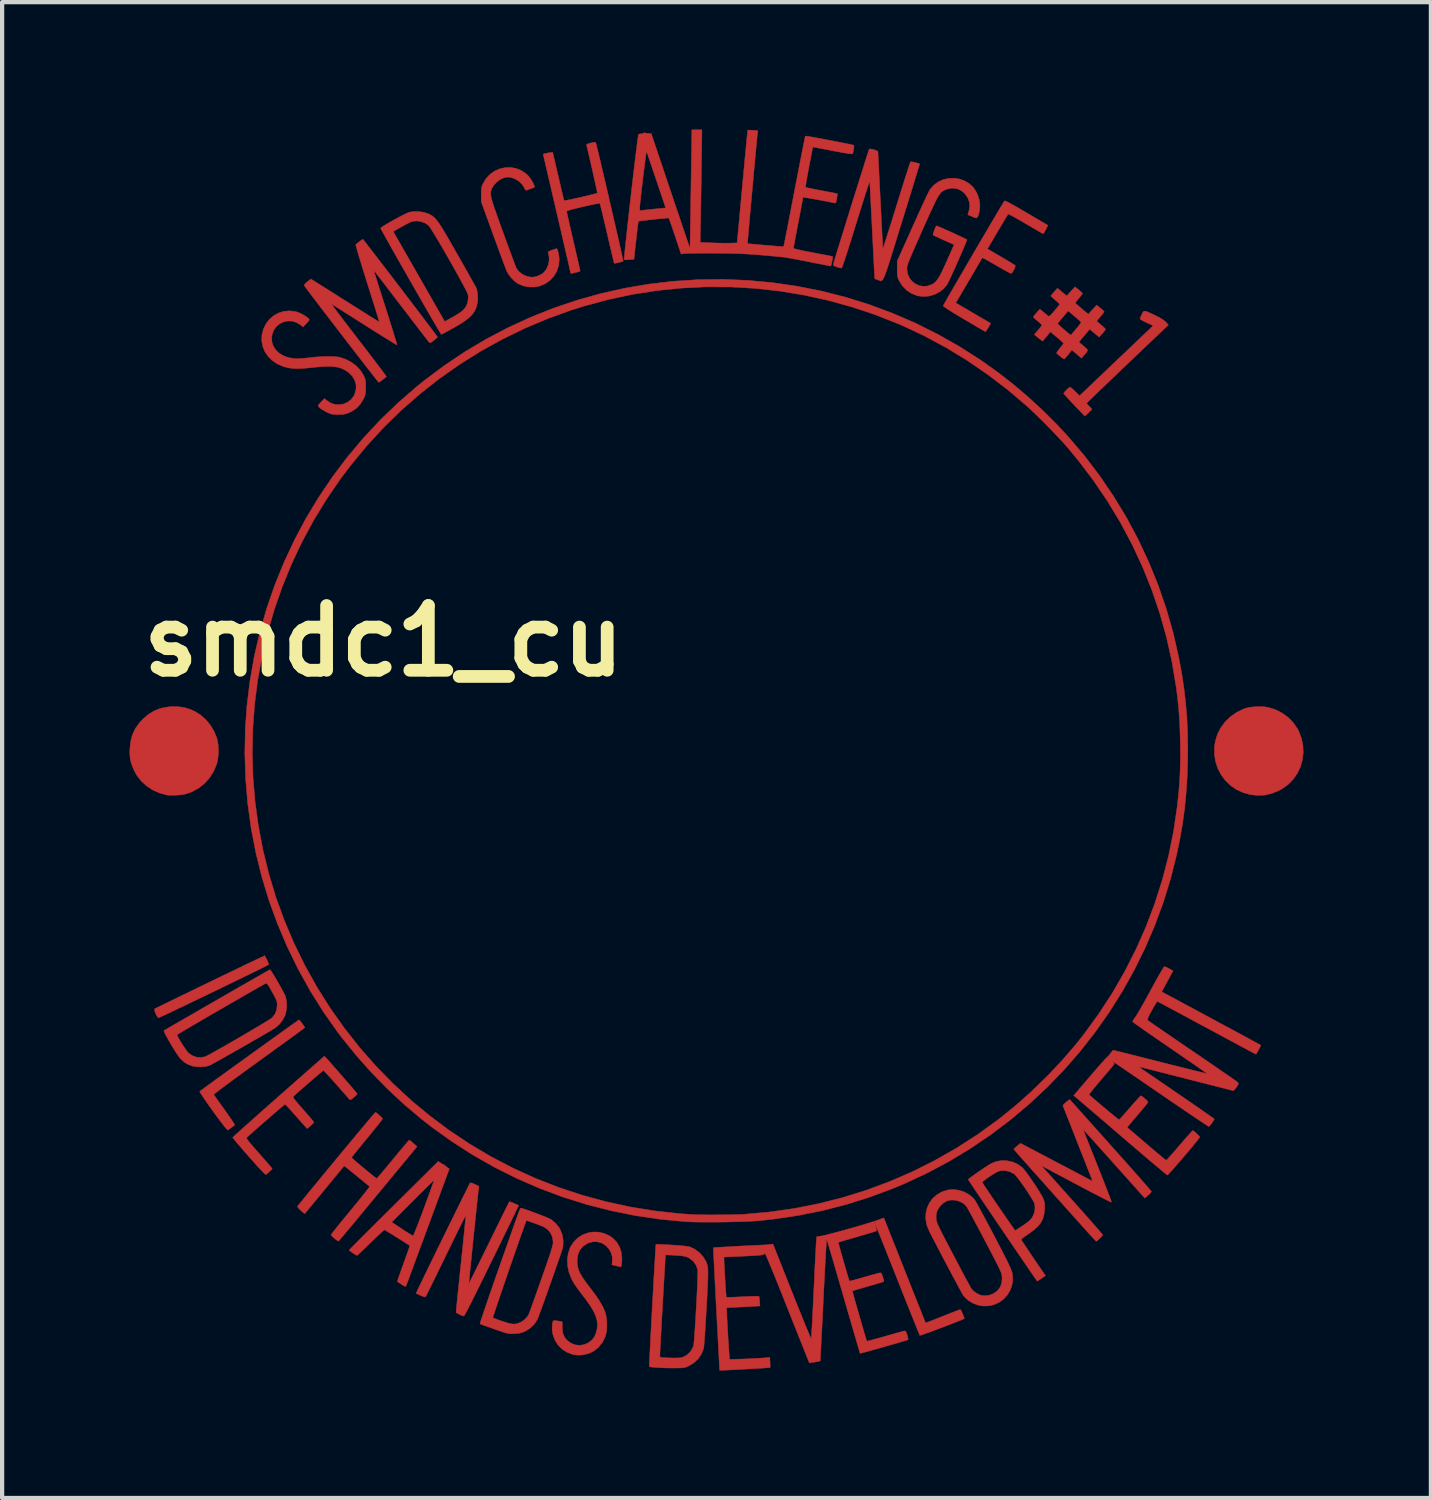
<source format=kicad_pcb>
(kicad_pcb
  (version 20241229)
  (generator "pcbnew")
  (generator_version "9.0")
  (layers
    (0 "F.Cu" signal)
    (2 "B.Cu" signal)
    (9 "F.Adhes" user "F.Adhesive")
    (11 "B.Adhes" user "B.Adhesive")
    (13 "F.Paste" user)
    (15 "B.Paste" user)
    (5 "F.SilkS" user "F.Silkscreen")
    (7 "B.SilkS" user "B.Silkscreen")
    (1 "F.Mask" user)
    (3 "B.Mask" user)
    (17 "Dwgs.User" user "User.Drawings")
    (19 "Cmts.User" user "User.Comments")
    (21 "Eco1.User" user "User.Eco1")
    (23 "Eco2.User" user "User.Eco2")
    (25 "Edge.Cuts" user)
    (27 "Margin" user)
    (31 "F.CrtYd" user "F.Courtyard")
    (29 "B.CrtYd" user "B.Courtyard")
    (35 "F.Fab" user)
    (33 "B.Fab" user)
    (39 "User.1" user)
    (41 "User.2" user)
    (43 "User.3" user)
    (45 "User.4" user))
  (footprint "smdc1_cu"
    (layer "F.Cu")
    (at 5.98 12.037)
    (property "Reference" "smdc1_cu" (at 0 0 0) (layer "F.SilkS") (effects (font (size 1.524 1.524) (thickness 0.3))))
    (attr through_hole)
    (fp_poly (pts (xy 20.727 1.549) (xy 20.828 1.565) (xy 20.993 1.617) (xy 21.148 1.696) (xy 21.288 1.798) (xy 21.409 1.921) (xy 21.506 2.061) (xy 21.537 2.118) (xy 21.602 2.287) (xy 21.638 2.459) (xy 21.645 2.631) (xy 21.625 2.799) (xy 21.579 2.961) (xy 21.507 3.113) (xy 21.411 3.252) (xy 21.292 3.375) (xy 21.151 3.478) (xy 21.072 3.521) (xy 20.903 3.59) (xy 20.735 3.628) (xy 20.563 3.635) (xy 20.401 3.616) (xy 20.229 3.569) (xy 20.072 3.496) (xy 19.933 3.4) (xy 19.812 3.283) (xy 19.712 3.148) (xy 19.634 2.999) (xy 19.581 2.838) (xy 19.554 2.667) (xy 19.555 2.49) (xy 19.575 2.36) (xy 19.625 2.197) (xy 19.703 2.044) (xy 19.806 1.905) (xy 19.932 1.783) (xy 20.078 1.68) (xy 20.241 1.601) (xy 20.277 1.587) (xy 20.372 1.563) (xy 20.486 1.549) (xy 20.608 1.544) (xy 20.727 1.549)) (stroke (width 0.01) (type solid)) (fill yes) (layer "F.Cu"))
    (fp_poly (pts (xy -4.831 1.547) (xy -4.688 1.568) (xy -4.552 1.61) (xy -4.446 1.657) (xy -4.308 1.743) (xy -4.183 1.855) (xy -4.074 1.987) (xy -3.987 2.135) (xy -3.924 2.294) (xy -3.917 2.321) (xy -3.895 2.442) (xy -3.888 2.578) (xy -3.895 2.717) (xy -3.916 2.846) (xy -3.931 2.901) (xy -4.002 3.069) (xy -4.097 3.22) (xy -4.215 3.352) (xy -4.352 3.462) (xy -4.507 3.547) (xy -4.657 3.601) (xy -4.733 3.616) (xy -4.826 3.626) (xy -4.924 3.632) (xy -5.018 3.632) (xy -5.094 3.627) (xy -5.106 3.625) (xy -5.278 3.578) (xy -5.438 3.506) (xy -5.583 3.409) (xy -5.709 3.292) (xy -5.813 3.157) (xy -5.863 3.068) (xy -5.914 2.952) (xy -5.949 2.85) (xy -5.968 2.748) (xy -5.975 2.636) (xy -5.973 2.544) (xy -5.955 2.367) (xy -5.914 2.21) (xy -5.848 2.067) (xy -5.754 1.934) (xy -5.673 1.845) (xy -5.539 1.729) (xy -5.397 1.643) (xy -5.243 1.584) (xy -5.074 1.552) (xy -4.989 1.545) (xy -4.831 1.547)) (stroke (width 0.01) (type solid)) (fill yes) (layer "F.Cu"))
    (fp_poly (pts (xy -2.749 7.504) (xy -2.725 7.555) (xy -2.709 7.595) (xy -2.705 7.615) (xy -2.72 7.624) (xy -2.761 7.645) (xy -2.825 7.678) (xy -2.911 7.721) (xy -3.016 7.773) (xy -3.137 7.832) (xy -3.272 7.898) (xy -3.418 7.969) (xy -3.574 8.045) (xy -3.735 8.123) (xy -3.901 8.204) (xy -4.068 8.284) (xy -4.234 8.365) (xy -4.397 8.443) (xy -4.554 8.518) (xy -4.702 8.589) (xy -4.84 8.655) (xy -4.964 8.714) (xy -5.073 8.766) (xy -5.163 8.808) (xy -5.233 8.84) (xy -5.279 8.861) (xy -5.3 8.869) (xy -5.3 8.869) (xy -5.317 8.856) (xy -5.34 8.821) (xy -5.364 8.772) (xy -5.385 8.72) (xy -5.395 8.68) (xy -5.394 8.662) (xy -5.378 8.653) (xy -5.336 8.632) (xy -5.271 8.6) (xy -5.185 8.558) (xy -5.079 8.506) (xy -4.958 8.447) (xy -4.823 8.381) (xy -4.678 8.311) (xy -4.523 8.236) (xy -4.363 8.158) (xy -4.199 8.078) (xy -4.034 7.998) (xy -3.87 7.919) (xy -3.71 7.842) (xy -3.557 7.769) (xy -3.413 7.699) (xy -3.281 7.635) (xy -3.162 7.578) (xy -3.06 7.53) (xy -2.977 7.49) (xy -2.916 7.461) (xy -2.881 7.445) (xy -2.798 7.408) (xy -2.749 7.504)) (stroke (width 0.01) (type solid)) (fill yes) (layer "F.Cu"))
    (fp_poly (pts (xy -1.977 8.929) (xy -1.95 8.961) (xy -1.917 9.006) (xy -1.917 9.007) (xy -1.854 9.097) (xy -1.894 9.13) (xy -1.913 9.144) (xy -1.955 9.176) (xy -2.02 9.223) (xy -2.104 9.284) (xy -2.206 9.358) (xy -2.323 9.443) (xy -2.454 9.538) (xy -2.597 9.642) (xy -2.749 9.752) (xy -2.909 9.867) (xy -2.969 9.91) (xy -3.13 10.027) (xy -3.283 10.138) (xy -3.426 10.243) (xy -3.558 10.339) (xy -3.676 10.427) (xy -3.779 10.503) (xy -3.864 10.568) (xy -3.93 10.618) (xy -3.975 10.654) (xy -3.997 10.673) (xy -3.998 10.675) (xy -3.988 10.692) (xy -3.961 10.732) (xy -3.92 10.79) (xy -3.868 10.863) (xy -3.808 10.947) (xy -3.742 11.038) (xy -3.677 11.13) (xy -3.619 11.213) (xy -3.57 11.285) (xy -3.534 11.341) (xy -3.512 11.379) (xy -3.507 11.395) (xy -3.507 11.395) (xy -3.533 11.416) (xy -3.573 11.446) (xy -3.615 11.477) (xy -3.65 11.503) (xy -3.666 11.513) (xy -3.681 11.504) (xy -3.712 11.469) (xy -3.76 11.41) (xy -3.823 11.328) (xy -3.901 11.225) (xy -3.992 11.101) (xy -4.014 11.07) (xy -4.09 10.964) (xy -4.159 10.866) (xy -4.219 10.779) (xy -4.268 10.706) (xy -4.304 10.65) (xy -4.325 10.615) (xy -4.329 10.602) (xy -4.312 10.589) (xy -4.272 10.559) (xy -4.211 10.514) (xy -4.13 10.455) (xy -4.034 10.385) (xy -3.923 10.304) (xy -3.799 10.215) (xy -3.666 10.119) (xy -3.526 10.017) (xy -3.379 9.912) (xy -3.23 9.804) (xy -3.079 9.695) (xy -2.93 9.588) (xy -2.784 9.483) (xy -2.644 9.382) (xy -2.511 9.287) (xy -2.389 9.199) (xy -2.279 9.12) (xy -2.184 9.052) (xy -2.105 8.996) (xy -2.045 8.954) (xy -2.007 8.927) (xy -1.992 8.917) (xy -1.991 8.917) (xy -1.977 8.929)) (stroke (width 0.01) (type solid)) (fill yes) (layer "F.Cu"))
    (fp_poly (pts (xy 17.962 -7.753) (xy 18.016 -7.73) (xy 18.093 -7.695) (xy 18.144 -7.671) (xy 18.247 -7.62) (xy 18.325 -7.574) (xy 18.383 -7.531) (xy 18.405 -7.511) (xy 18.441 -7.474) (xy 18.464 -7.446) (xy 18.469 -7.434) (xy 18.452 -7.419) (xy 18.414 -7.384) (xy 18.358 -7.331) (xy 18.286 -7.263) (xy 18.199 -7.181) (xy 18.101 -7.087) (xy 17.992 -6.984) (xy 17.875 -6.873) (xy 17.752 -6.755) (xy 17.625 -6.634) (xy 17.497 -6.512) (xy 17.368 -6.389) (xy 17.242 -6.268) (xy 17.12 -6.151) (xy 17.005 -6.04) (xy 16.897 -5.938) (xy 16.801 -5.845) (xy 16.717 -5.764) (xy 16.647 -5.696) (xy 16.594 -5.645) (xy 16.56 -5.611) (xy 16.547 -5.597) (xy 16.547 -5.597) (xy 16.557 -5.581) (xy 16.584 -5.55) (xy 16.61 -5.523) (xy 16.644 -5.488) (xy 16.666 -5.462) (xy 16.67 -5.452) (xy 16.657 -5.438) (xy 16.627 -5.408) (xy 16.586 -5.37) (xy 16.585 -5.368) (xy 16.503 -5.293) (xy 16.255 -5.554) (xy 16.183 -5.629) (xy 16.12 -5.697) (xy 16.068 -5.754) (xy 16.03 -5.797) (xy 16.009 -5.822) (xy 16.006 -5.827) (xy 16.017 -5.846) (xy 16.044 -5.878) (xy 16.08 -5.915) (xy 16.116 -5.948) (xy 16.145 -5.971) (xy 16.156 -5.976) (xy 16.174 -5.966) (xy 16.208 -5.938) (xy 16.252 -5.897) (xy 16.276 -5.874) (xy 16.38 -5.772) (xy 17.206 -6.558) (xy 17.343 -6.689) (xy 17.474 -6.813) (xy 17.597 -6.93) (xy 17.71 -7.038) (xy 17.811 -7.135) (xy 17.899 -7.218) (xy 17.971 -7.286) (xy 18.025 -7.338) (xy 18.059 -7.371) (xy 18.072 -7.383) (xy 18.111 -7.422) (xy 17.956 -7.494) (xy 17.893 -7.525) (xy 17.843 -7.552) (xy 17.811 -7.573) (xy 17.802 -7.582) (xy 17.809 -7.603) (xy 17.826 -7.644) (xy 17.846 -7.686) (xy 17.864 -7.723) (xy 17.88 -7.748) (xy 17.898 -7.762) (xy 17.924 -7.763) (xy 17.962 -7.753)) (stroke (width 0.01) (type solid)) (fill yes) (layer "F.Cu"))
    (fp_poly (pts (xy 5.067 13.915) (xy 5.197 13.946) (xy 5.32 14.004) (xy 5.397 14.059) (xy 5.488 14.153) (xy 5.554 14.266) (xy 5.595 14.396) (xy 5.609 14.539) (xy 5.608 14.586) (xy 5.603 14.648) (xy 5.598 14.696) (xy 5.593 14.724) (xy 5.592 14.727) (xy 5.573 14.728) (xy 5.533 14.722) (xy 5.479 14.71) (xy 5.478 14.709) (xy 5.373 14.683) (xy 5.382 14.601) (xy 5.381 14.496) (xy 5.351 14.394) (xy 5.305 14.312) (xy 5.232 14.232) (xy 5.143 14.175) (xy 5.043 14.144) (xy 4.939 14.139) (xy 4.835 14.162) (xy 4.792 14.181) (xy 4.694 14.248) (xy 4.623 14.33) (xy 4.577 14.43) (xy 4.557 14.549) (xy 4.555 14.591) (xy 4.559 14.668) (xy 4.57 14.741) (xy 4.592 14.812) (xy 4.626 14.888) (xy 4.675 14.972) (xy 4.74 15.068) (xy 4.824 15.18) (xy 4.875 15.247) (xy 4.997 15.41) (xy 5.094 15.556) (xy 5.166 15.684) (xy 5.213 15.796) (xy 5.215 15.802) (xy 5.239 15.904) (xy 5.253 16.02) (xy 5.254 16.14) (xy 5.245 16.254) (xy 5.224 16.351) (xy 5.215 16.376) (xy 5.147 16.511) (xy 5.059 16.623) (xy 4.953 16.709) (xy 4.829 16.77) (xy 4.69 16.804) (xy 4.645 16.808) (xy 4.567 16.809) (xy 4.492 16.802) (xy 4.459 16.796) (xy 4.322 16.745) (xy 4.203 16.671) (xy 4.106 16.574) (xy 4.032 16.457) (xy 3.984 16.324) (xy 3.975 16.281) (xy 3.966 16.209) (xy 3.966 16.134) (xy 3.972 16.067) (xy 3.984 16.017) (xy 3.99 16.006) (xy 4.003 15.996) (xy 4.031 15.994) (xy 4.079 16.001) (xy 4.103 16.005) (xy 4.204 16.024) (xy 4.204 16.154) (xy 4.21 16.254) (xy 4.23 16.333) (xy 4.267 16.401) (xy 4.321 16.463) (xy 4.407 16.528) (xy 4.505 16.567) (xy 4.609 16.579) (xy 4.713 16.564) (xy 4.812 16.523) (xy 4.893 16.462) (xy 4.954 16.39) (xy 4.995 16.304) (xy 5.022 16.2) (xy 5.032 16.101) (xy 5.023 16.001) (xy 4.995 15.897) (xy 4.946 15.786) (xy 4.875 15.663) (xy 4.78 15.527) (xy 4.73 15.46) (xy 4.652 15.358) (xy 4.591 15.277) (xy 4.543 15.211) (xy 4.505 15.157) (xy 4.475 15.109) (xy 4.449 15.063) (xy 4.424 15.015) (xy 4.422 15.011) (xy 4.363 14.864) (xy 4.331 14.712) (xy 4.324 14.561) (xy 4.344 14.414) (xy 4.391 14.279) (xy 4.403 14.254) (xy 4.479 14.139) (xy 4.575 14.047) (xy 4.686 13.977) (xy 4.808 13.932) (xy 4.936 13.911) (xy 5.067 13.915)) (stroke (width 0.01) (type solid)) (fill yes) (layer "F.Cu"))
    (fp_poly (pts (xy 3.109 -11.125) (xy 3.232 -11.078) (xy 3.345 -11.004) (xy 3.386 -10.967) (xy 3.425 -10.923) (xy 3.464 -10.87) (xy 3.5 -10.812) (xy 3.529 -10.758) (xy 3.547 -10.713) (xy 3.551 -10.685) (xy 3.548 -10.68) (xy 3.527 -10.669) (xy 3.487 -10.653) (xy 3.465 -10.645) (xy 3.416 -10.628) (xy 3.377 -10.614) (xy 3.367 -10.61) (xy 3.347 -10.611) (xy 3.327 -10.633) (xy 3.31 -10.668) (xy 3.257 -10.751) (xy 3.181 -10.823) (xy 3.09 -10.878) (xy 2.993 -10.912) (xy 2.922 -10.92) (xy 2.838 -10.906) (xy 2.75 -10.867) (xy 2.668 -10.809) (xy 2.599 -10.737) (xy 2.55 -10.657) (xy 2.548 -10.653) (xy 2.535 -10.622) (xy 2.526 -10.592) (xy 2.52 -10.561) (xy 2.519 -10.527) (xy 2.523 -10.486) (xy 2.532 -10.436) (xy 2.548 -10.374) (xy 2.571 -10.298) (xy 2.601 -10.205) (xy 2.64 -10.093) (xy 2.688 -9.958) (xy 2.745 -9.799) (xy 2.811 -9.616) (xy 2.867 -9.463) (xy 2.92 -9.318) (xy 2.97 -9.183) (xy 3.014 -9.063) (xy 3.053 -8.959) (xy 3.084 -8.875) (xy 3.107 -8.814) (xy 3.122 -8.779) (xy 3.125 -8.772) (xy 3.177 -8.701) (xy 3.253 -8.64) (xy 3.343 -8.594) (xy 3.439 -8.567) (xy 3.508 -8.563) (xy 3.579 -8.575) (xy 3.657 -8.602) (xy 3.728 -8.64) (xy 3.764 -8.667) (xy 3.831 -8.75) (xy 3.875 -8.85) (xy 3.896 -8.957) (xy 3.891 -9.066) (xy 3.871 -9.14) (xy 3.873 -9.157) (xy 3.896 -9.174) (xy 3.943 -9.194) (xy 3.961 -9.2) (xy 4.014 -9.218) (xy 4.054 -9.231) (xy 4.072 -9.235) (xy 4.085 -9.22) (xy 4.1 -9.182) (xy 4.113 -9.128) (xy 4.125 -9.067) (xy 4.131 -9.006) (xy 4.133 -8.973) (xy 4.118 -8.832) (xy 4.074 -8.702) (xy 4.006 -8.585) (xy 3.914 -8.486) (xy 3.802 -8.408) (xy 3.673 -8.354) (xy 3.561 -8.334) (xy 3.44 -8.332) (xy 3.323 -8.35) (xy 3.288 -8.359) (xy 3.227 -8.382) (xy 3.169 -8.408) (xy 3.143 -8.422) (xy 3.076 -8.474) (xy 3.007 -8.544) (xy 2.946 -8.622) (xy 2.902 -8.696) (xy 2.901 -8.699) (xy 2.888 -8.73) (xy 2.866 -8.788) (xy 2.835 -8.869) (xy 2.797 -8.97) (xy 2.753 -9.089) (xy 2.704 -9.222) (xy 2.652 -9.365) (xy 2.596 -9.516) (xy 2.58 -9.561) (xy 2.297 -10.34) (xy 2.297 -10.507) (xy 2.298 -10.586) (xy 2.302 -10.643) (xy 2.31 -10.688) (xy 2.324 -10.73) (xy 2.34 -10.765) (xy 2.412 -10.885) (xy 2.503 -10.983) (xy 2.61 -11.059) (xy 2.728 -11.112) (xy 2.854 -11.141) (xy 2.982 -11.146) (xy 3.109 -11.125)) (stroke (width 0.01) (type solid)) (fill yes) (layer "F.Cu"))
    (fp_poly (pts (xy 0.834 -10.106) (xy 0.947 -10.089) (xy 1.044 -10.059) (xy 1.057 -10.053) (xy 1.096 -10.034) (xy 1.132 -10.013) (xy 1.166 -9.989) (xy 1.199 -9.959) (xy 1.234 -9.921) (xy 1.272 -9.873) (xy 1.315 -9.813) (xy 1.363 -9.738) (xy 1.42 -9.646) (xy 1.485 -9.535) (xy 1.562 -9.403) (xy 1.651 -9.247) (xy 1.735 -9.1) (xy 1.816 -8.958) (xy 1.892 -8.823) (xy 1.962 -8.699) (xy 2.025 -8.588) (xy 2.079 -8.492) (xy 2.122 -8.415) (xy 2.154 -8.359) (xy 2.172 -8.326) (xy 2.175 -8.319) (xy 2.195 -8.262) (xy 2.209 -8.184) (xy 2.216 -8.099) (xy 2.215 -8.017) (xy 2.21 -7.978) (xy 2.191 -7.886) (xy 2.162 -7.804) (xy 2.12 -7.73) (xy 2.063 -7.66) (xy 1.987 -7.591) (xy 1.891 -7.519) (xy 1.769 -7.442) (xy 1.66 -7.379) (xy 1.573 -7.33) (xy 1.496 -7.287) (xy 1.431 -7.253) (xy 1.385 -7.228) (xy 1.36 -7.217) (xy 1.358 -7.217) (xy 1.348 -7.23) (xy 1.324 -7.269) (xy 1.286 -7.332) (xy 1.236 -7.417) (xy 1.174 -7.522) (xy 1.103 -7.644) (xy 1.023 -7.783) (xy 0.935 -7.935) (xy 0.841 -8.1) (xy 0.741 -8.274) (xy 0.637 -8.457) (xy 0.636 -8.458) (xy 0.532 -8.641) (xy 0.432 -8.816) (xy 0.338 -8.981) (xy 0.251 -9.135) (xy 0.172 -9.275) (xy 0.103 -9.399) (xy 0.043 -9.506) (xy -0.005 -9.593) (xy -0.031 -9.639) (xy 0.225 -9.639) (xy 1.437 -7.519) (xy 1.557 -7.585) (xy 1.628 -7.625) (xy 1.704 -7.669) (xy 1.768 -7.708) (xy 1.773 -7.711) (xy 1.862 -7.777) (xy 1.925 -7.848) (xy 1.966 -7.931) (xy 1.986 -8.008) (xy 1.992 -8.098) (xy 1.985 -8.155) (xy 1.974 -8.185) (xy 1.948 -8.24) (xy 1.909 -8.315) (xy 1.859 -8.408) (xy 1.801 -8.516) (xy 1.735 -8.635) (xy 1.664 -8.762) (xy 1.59 -8.894) (xy 1.514 -9.027) (xy 1.438 -9.16) (xy 1.364 -9.287) (xy 1.294 -9.407) (xy 1.229 -9.515) (xy 1.172 -9.609) (xy 1.124 -9.686) (xy 1.087 -9.742) (xy 1.063 -9.774) (xy 1.06 -9.777) (xy 0.98 -9.835) (xy 0.884 -9.872) (xy 0.781 -9.887) (xy 0.68 -9.877) (xy 0.651 -9.868) (xy 0.617 -9.853) (xy 0.563 -9.826) (xy 0.496 -9.791) (xy 0.422 -9.75) (xy 0.412 -9.744) (xy 0.225 -9.639) (xy -0.031 -9.639) (xy -0.041 -9.658) (xy -0.064 -9.699) (xy -0.072 -9.715) (xy -0.072 -9.715) (xy -0.058 -9.73) (xy -0.021 -9.756) (xy 0.035 -9.792) (xy 0.106 -9.834) (xy 0.186 -9.88) (xy 0.271 -9.927) (xy 0.356 -9.973) (xy 0.437 -10.015) (xy 0.509 -10.051) (xy 0.568 -10.078) (xy 0.607 -10.093) (xy 0.614 -10.095) (xy 0.719 -10.108) (xy 0.834 -10.106)) (stroke (width 0.01) (type solid)) (fill yes) (layer "F.Cu"))
    (fp_poly (pts (xy 1.35 12.292) (xy 1.387 12.315) (xy 1.41 12.327) (xy 1.415 12.327) (xy 1.424 12.33) (xy 1.443 12.346) (xy 1.479 12.377) (xy 1.509 12.399) (xy 1.546 12.424) (xy 1.068 13.719) (xy 0.996 13.915) (xy 0.926 14.105) (xy 0.859 14.285) (xy 0.797 14.453) (xy 0.74 14.607) (xy 0.689 14.745) (xy 0.645 14.864) (xy 0.609 14.963) (xy 0.581 15.038) (xy 0.563 15.087) (xy 0.556 15.105) (xy 0.537 15.153) (xy 0.52 15.185) (xy 0.511 15.195) (xy 0.493 15.187) (xy 0.457 15.166) (xy 0.416 15.14) (xy 0.37 15.111) (xy 0.337 15.089) (xy 0.323 15.079) (xy 0.326 15.063) (xy 0.339 15.02) (xy 0.361 14.956) (xy 0.39 14.874) (xy 0.424 14.777) (xy 0.463 14.669) (xy 0.468 14.655) (xy 0.508 14.546) (xy 0.543 14.448) (xy 0.573 14.364) (xy 0.596 14.298) (xy 0.611 14.254) (xy 0.617 14.235) (xy 0.617 14.234) (xy 0.592 14.217) (xy 0.547 14.187) (xy 0.486 14.149) (xy 0.415 14.103) (xy 0.338 14.055) (xy 0.26 14.006) (xy 0.185 13.96) (xy 0.119 13.919) (xy 0.066 13.887) (xy 0.03 13.867) (xy 0.018 13.86) (xy 0.003 13.871) (xy -0.032 13.901) (xy -0.083 13.948) (xy -0.147 14.008) (xy -0.222 14.08) (xy -0.304 14.159) (xy -0.307 14.162) (xy -0.389 14.242) (xy -0.463 14.313) (xy -0.527 14.374) (xy -0.577 14.422) (xy -0.612 14.453) (xy -0.626 14.464) (xy -0.626 14.464) (xy -0.645 14.456) (xy -0.68 14.435) (xy -0.722 14.407) (xy -0.764 14.378) (xy -0.796 14.354) (xy -0.81 14.34) (xy -0.811 14.339) (xy -0.805 14.331) (xy -0.787 14.312) (xy -0.756 14.28) (xy -0.711 14.234) (xy -0.652 14.175) (xy -0.578 14.1) (xy -0.488 14.01) (xy -0.381 13.903) (xy -0.257 13.779) (xy -0.157 13.68) (xy 0.188 13.68) (xy 0.432 13.84) (xy 0.51 13.892) (xy 0.58 13.936) (xy 0.637 13.971) (xy 0.676 13.994) (xy 0.692 14.002) (xy 0.701 13.988) (xy 0.72 13.947) (xy 0.747 13.882) (xy 0.781 13.796) (xy 0.821 13.693) (xy 0.866 13.574) (xy 0.915 13.444) (xy 0.95 13.349) (xy 1.001 13.212) (xy 1.047 13.085) (xy 1.089 12.97) (xy 1.124 12.871) (xy 1.153 12.791) (xy 1.174 12.732) (xy 1.185 12.697) (xy 1.187 12.69) (xy 1.175 12.7) (xy 1.143 12.73) (xy 1.094 12.778) (xy 1.028 12.842) (xy 0.95 12.92) (xy 0.86 13.009) (xy 0.761 13.107) (xy 0.686 13.183) (xy 0.188 13.68) (xy -0.157 13.68) (xy -0.114 13.637) (xy 0.048 13.477) (xy 0.229 13.297) (xy 0.431 13.096) (xy 0.655 12.875) (xy 0.822 12.709) (xy 1.285 12.249) (xy 1.35 12.292)) (stroke (width 0.01) (type solid)) (fill yes) (layer "F.Cu"))
    (fp_poly (pts (xy -2.076 -7.753) (xy -2.031 -7.741) (xy -1.975 -7.719) (xy -1.914 -7.689) (xy -1.854 -7.654) (xy -1.801 -7.618) (xy -1.764 -7.586) (xy -1.749 -7.563) (xy -1.748 -7.562) (xy -1.759 -7.542) (xy -1.786 -7.507) (xy -1.823 -7.468) (xy -1.897 -7.393) (xy -1.957 -7.44) (xy -2.053 -7.498) (xy -2.154 -7.528) (xy -2.256 -7.532) (xy -2.355 -7.511) (xy -2.445 -7.467) (xy -2.523 -7.403) (xy -2.584 -7.32) (xy -2.623 -7.22) (xy -2.634 -7.152) (xy -2.63 -7.041) (xy -2.597 -6.939) (xy -2.538 -6.848) (xy -2.457 -6.771) (xy -2.355 -6.711) (xy -2.235 -6.668) (xy -2.101 -6.647) (xy -2.035 -6.644) (xy -1.976 -6.646) (xy -1.897 -6.652) (xy -1.809 -6.661) (xy -1.732 -6.67) (xy -1.609 -6.683) (xy -1.481 -6.692) (xy -1.356 -6.697) (xy -1.239 -6.697) (xy -1.137 -6.692) (xy -1.057 -6.683) (xy -1.033 -6.678) (xy -0.889 -6.629) (xy -0.756 -6.558) (xy -0.638 -6.469) (xy -0.542 -6.364) (xy -0.473 -6.252) (xy -0.449 -6.2) (xy -0.434 -6.158) (xy -0.426 -6.114) (xy -0.422 -6.059) (xy -0.421 -5.984) (xy -0.421 -5.976) (xy -0.422 -5.899) (xy -0.425 -5.844) (xy -0.433 -5.801) (xy -0.447 -5.759) (xy -0.47 -5.709) (xy -0.481 -5.688) (xy -0.552 -5.571) (xy -0.639 -5.479) (xy -0.75 -5.405) (xy -0.792 -5.384) (xy -0.855 -5.357) (xy -0.911 -5.341) (xy -0.974 -5.333) (xy -1.033 -5.33) (xy -1.104 -5.33) (xy -1.171 -5.333) (xy -1.221 -5.34) (xy -1.228 -5.341) (xy -1.283 -5.36) (xy -1.346 -5.389) (xy -1.409 -5.424) (xy -1.467 -5.461) (xy -1.512 -5.496) (xy -1.538 -5.525) (xy -1.542 -5.536) (xy -1.531 -5.556) (xy -1.504 -5.59) (xy -1.468 -5.629) (xy -1.393 -5.705) (xy -1.334 -5.658) (xy -1.243 -5.599) (xy -1.148 -5.568) (xy -1.065 -5.561) (xy -0.953 -5.575) (xy -0.852 -5.617) (xy -0.766 -5.683) (xy -0.7 -5.77) (xy -0.683 -5.805) (xy -0.651 -5.917) (xy -0.649 -6.027) (xy -0.678 -6.132) (xy -0.735 -6.23) (xy -0.82 -6.316) (xy -0.824 -6.319) (xy -0.899 -6.371) (xy -0.978 -6.411) (xy -1.064 -6.44) (xy -1.163 -6.457) (xy -1.277 -6.464) (xy -1.412 -6.461) (xy -1.571 -6.448) (xy -1.669 -6.438) (xy -1.823 -6.422) (xy -1.952 -6.413) (xy -2.061 -6.411) (xy -2.157 -6.417) (xy -2.244 -6.43) (xy -2.33 -6.451) (xy -2.364 -6.461) (xy -2.501 -6.52) (xy -2.62 -6.6) (xy -2.719 -6.698) (xy -2.795 -6.811) (xy -2.846 -6.935) (xy -2.87 -7.067) (xy -2.865 -7.204) (xy -2.865 -7.206) (xy -2.828 -7.345) (xy -2.768 -7.468) (xy -2.686 -7.573) (xy -2.586 -7.658) (xy -2.472 -7.721) (xy -2.346 -7.759) (xy -2.213 -7.771) (xy -2.076 -7.753)) (stroke (width 0.01) (type solid)) (fill yes) (layer "F.Cu"))
    (fp_poly (pts (xy 14.656 -10.347) (xy 14.703 -10.324) (xy 14.77 -10.288) (xy 14.859 -10.238) (xy 14.971 -10.174) (xy 15.108 -10.093) (xy 15.124 -10.084) (xy 15.238 -10.017) (xy 15.343 -9.955) (xy 15.436 -9.9) (xy 15.515 -9.854) (xy 15.576 -9.818) (xy 15.615 -9.796) (xy 15.63 -9.787) (xy 15.628 -9.773) (xy 15.614 -9.74) (xy 15.592 -9.697) (xy 15.568 -9.651) (xy 15.545 -9.612) (xy 15.528 -9.588) (xy 15.522 -9.585) (xy 15.508 -9.592) (xy 15.47 -9.614) (xy 15.411 -9.648) (xy 15.335 -9.693) (xy 15.245 -9.745) (xy 15.145 -9.804) (xy 15.114 -9.822) (xy 15.012 -9.882) (xy 14.918 -9.935) (xy 14.837 -9.981) (xy 14.771 -10.016) (xy 14.724 -10.039) (xy 14.701 -10.048) (xy 14.699 -10.048) (xy 14.688 -10.031) (xy 14.663 -9.991) (xy 14.626 -9.93) (xy 14.58 -9.853) (xy 14.526 -9.762) (xy 14.466 -9.661) (xy 14.449 -9.632) (xy 14.212 -9.229) (xy 14.53 -9.043) (xy 14.622 -8.989) (xy 14.704 -8.94) (xy 14.774 -8.898) (xy 14.826 -8.866) (xy 14.858 -8.846) (xy 14.865 -8.841) (xy 14.866 -8.82) (xy 14.854 -8.782) (xy 14.834 -8.736) (xy 14.809 -8.693) (xy 14.785 -8.662) (xy 14.772 -8.652) (xy 14.753 -8.657) (xy 14.712 -8.677) (xy 14.651 -8.709) (xy 14.574 -8.751) (xy 14.487 -8.801) (xy 14.423 -8.839) (xy 14.331 -8.892) (xy 14.248 -8.939) (xy 14.179 -8.977) (xy 14.126 -9.004) (xy 14.095 -9.018) (xy 14.087 -9.019) (xy 14.078 -9.002) (xy 14.055 -8.962) (xy 14.019 -8.899) (xy 13.972 -8.819) (xy 13.917 -8.724) (xy 13.854 -8.617) (xy 13.786 -8.501) (xy 13.774 -8.481) (xy 13.466 -7.958) (xy 13.874 -7.719) (xy 13.977 -7.659) (xy 14.07 -7.604) (xy 14.151 -7.557) (xy 14.216 -7.519) (xy 14.262 -7.492) (xy 14.284 -7.479) (xy 14.286 -7.478) (xy 14.282 -7.464) (xy 14.264 -7.431) (xy 14.239 -7.389) (xy 14.212 -7.345) (xy 14.187 -7.307) (xy 14.169 -7.285) (xy 14.164 -7.281) (xy 14.149 -7.289) (xy 14.109 -7.312) (xy 14.048 -7.347) (xy 13.97 -7.393) (xy 13.876 -7.448) (xy 13.771 -7.51) (xy 13.662 -7.574) (xy 13.521 -7.658) (xy 13.402 -7.73) (xy 13.307 -7.79) (xy 13.236 -7.837) (xy 13.191 -7.869) (xy 13.171 -7.888) (xy 13.171 -7.89) (xy 13.179 -7.906) (xy 13.202 -7.948) (xy 13.238 -8.012) (xy 13.286 -8.096) (xy 13.345 -8.198) (xy 13.413 -8.316) (xy 13.489 -8.447) (xy 13.571 -8.588) (xy 13.658 -8.737) (xy 13.748 -8.893) (xy 13.841 -9.052) (xy 13.934 -9.212) (xy 14.027 -9.37) (xy 14.118 -9.525) (xy 14.206 -9.674) (xy 14.288 -9.814) (xy 14.365 -9.944) (xy 14.433 -10.06) (xy 14.493 -10.16) (xy 14.542 -10.243) (xy 14.58 -10.305) (xy 14.604 -10.344) (xy 14.614 -10.357) (xy 14.627 -10.358) (xy 14.656 -10.347)) (stroke (width 0.01) (type solid)) (fill yes) (layer "F.Cu"))
    (fp_poly (pts (xy 17.11 11.867) (xy 17.251 12.025) (xy 17.386 12.176) (xy 17.513 12.319) (xy 17.631 12.452) (xy 17.738 12.573) (xy 17.833 12.681) (xy 17.914 12.773) (xy 17.98 12.85) (xy 18.03 12.907) (xy 18.061 12.945) (xy 18.072 12.96) (xy 18.072 12.96) (xy 18.061 12.979) (xy 18.032 13.011) (xy 17.994 13.046) (xy 17.916 13.113) (xy 17.198 12.311) (xy 17.077 12.175) (xy 16.962 12.047) (xy 16.855 11.927) (xy 16.758 11.819) (xy 16.672 11.724) (xy 16.599 11.644) (xy 16.541 11.58) (xy 16.501 11.535) (xy 16.478 11.512) (xy 16.474 11.508) (xy 16.476 11.521) (xy 16.487 11.555) (xy 16.498 11.583) (xy 16.509 11.613) (xy 16.531 11.668) (xy 16.563 11.747) (xy 16.602 11.847) (xy 16.648 11.963) (xy 16.7 12.093) (xy 16.756 12.234) (xy 16.815 12.383) (xy 16.832 12.426) (xy 16.891 12.574) (xy 16.946 12.713) (xy 16.995 12.841) (xy 17.039 12.954) (xy 17.075 13.05) (xy 17.104 13.125) (xy 17.123 13.178) (xy 17.132 13.205) (xy 17.132 13.208) (xy 17.122 13.206) (xy 17.092 13.194) (xy 17.043 13.171) (xy 16.974 13.136) (xy 16.882 13.09) (xy 16.769 13.031) (xy 16.632 12.96) (xy 16.471 12.875) (xy 16.286 12.777) (xy 16.075 12.665) (xy 15.837 12.539) (xy 15.644 12.436) (xy 15.481 12.349) (xy 16.2 13.153) (xy 16.322 13.289) (xy 16.438 13.419) (xy 16.545 13.54) (xy 16.642 13.65) (xy 16.728 13.748) (xy 16.801 13.831) (xy 16.858 13.897) (xy 16.899 13.945) (xy 16.921 13.973) (xy 16.925 13.978) (xy 16.916 13.997) (xy 16.89 14.027) (xy 16.855 14.064) (xy 16.817 14.098) (xy 16.786 14.122) (xy 16.769 14.13) (xy 16.758 14.118) (xy 16.726 14.084) (xy 16.677 14.03) (xy 16.611 13.958) (xy 16.53 13.868) (xy 16.436 13.763) (xy 16.33 13.645) (xy 16.213 13.514) (xy 16.087 13.374) (xy 15.954 13.225) (xy 15.831 13.088) (xy 15.692 12.932) (xy 15.558 12.782) (xy 15.431 12.64) (xy 15.313 12.508) (xy 15.206 12.387) (xy 15.11 12.279) (xy 15.028 12.186) (xy 14.96 12.111) (xy 14.91 12.053) (xy 14.877 12.016) (xy 14.866 12.003) (xy 14.83 11.958) (xy 14.91 11.89) (xy 14.99 11.823) (xy 15.828 12.264) (xy 15.979 12.343) (xy 16.122 12.418) (xy 16.254 12.488) (xy 16.372 12.55) (xy 16.475 12.604) (xy 16.559 12.649) (xy 16.623 12.682) (xy 16.663 12.704) (xy 16.678 12.711) (xy 16.679 12.702) (xy 16.671 12.671) (xy 16.66 12.641) (xy 16.648 12.612) (xy 16.626 12.557) (xy 16.595 12.478) (xy 16.556 12.378) (xy 16.51 12.26) (xy 16.458 12.129) (xy 16.401 11.985) (xy 16.341 11.834) (xy 16.308 11.749) (xy 16.204 11.484) (xy 16.451 11.484) (xy 16.459 11.492) (xy 16.467 11.484) (xy 16.459 11.476) (xy 16.451 11.484) (xy 16.204 11.484) (xy 15.987 10.934) (xy 16.024 10.893) (xy 16.065 10.854) (xy 16.105 10.822) (xy 16.148 10.792) (xy 17.11 11.867)) (stroke (width 0.01) (type solid)) (fill yes) (layer "F.Cu"))
    (fp_poly (pts (xy 2.103 12.769) (xy 2.147 12.788) (xy 2.244 12.834) (xy 2.235 12.898) (xy 2.23 12.934) (xy 2.223 12.996) (xy 2.214 13.082) (xy 2.202 13.188) (xy 2.189 13.312) (xy 2.175 13.449) (xy 2.159 13.597) (xy 2.143 13.754) (xy 2.126 13.915) (xy 2.109 14.078) (xy 2.093 14.239) (xy 2.077 14.396) (xy 2.062 14.546) (xy 2.048 14.685) (xy 2.035 14.809) (xy 2.025 14.917) (xy 2.016 15.006) (xy 2.01 15.07) (xy 2.007 15.109) (xy 2.006 15.119) (xy 2.014 15.108) (xy 2.034 15.07) (xy 2.066 15.008) (xy 2.108 14.924) (xy 2.16 14.821) (xy 2.219 14.7) (xy 2.286 14.565) (xy 2.358 14.417) (xy 2.436 14.259) (xy 2.48 14.169) (xy 2.559 14.006) (xy 2.635 13.851) (xy 2.706 13.707) (xy 2.77 13.576) (xy 2.827 13.461) (xy 2.875 13.364) (xy 2.914 13.287) (xy 2.941 13.233) (xy 2.957 13.203) (xy 2.96 13.199) (xy 2.979 13.201) (xy 3.018 13.215) (xy 3.07 13.237) (xy 3.074 13.239) (xy 3.178 13.286) (xy 3.068 13.513) (xy 2.937 13.785) (xy 2.81 14.046) (xy 2.689 14.296) (xy 2.573 14.532) (xy 2.464 14.754) (xy 2.363 14.96) (xy 2.269 15.15) (xy 2.185 15.321) (xy 2.109 15.472) (xy 2.044 15.602) (xy 1.989 15.709) (xy 1.945 15.793) (xy 1.914 15.852) (xy 1.895 15.884) (xy 1.89 15.89) (xy 1.864 15.885) (xy 1.822 15.869) (xy 1.788 15.853) (xy 1.744 15.83) (xy 1.713 15.813) (xy 1.704 15.808) (xy 1.705 15.791) (xy 1.709 15.746) (xy 1.716 15.675) (xy 1.725 15.579) (xy 1.737 15.461) (xy 1.751 15.325) (xy 1.767 15.171) (xy 1.784 15.004) (xy 1.802 14.825) (xy 1.82 14.663) (xy 1.839 14.476) (xy 1.858 14.298) (xy 1.875 14.132) (xy 1.89 13.981) (xy 1.904 13.847) (xy 1.915 13.732) (xy 1.924 13.639) (xy 1.93 13.57) (xy 1.934 13.529) (xy 1.934 13.516) (xy 1.926 13.529) (xy 1.906 13.568) (xy 1.874 13.632) (xy 1.832 13.717) (xy 1.78 13.821) (xy 1.72 13.942) (xy 1.654 14.078) (xy 1.581 14.226) (xy 1.504 14.384) (xy 1.463 14.468) (xy 1.384 14.631) (xy 1.308 14.786) (xy 1.238 14.93) (xy 1.174 15.061) (xy 1.117 15.176) (xy 1.069 15.273) (xy 1.031 15.351) (xy 1.003 15.405) (xy 0.988 15.434) (xy 0.985 15.439) (xy 0.966 15.439) (xy 0.927 15.428) (xy 0.875 15.407) (xy 0.868 15.404) (xy 0.763 15.356) (xy 0.833 15.208) (xy 0.861 15.149) (xy 0.9 15.067) (xy 0.949 14.967) (xy 1.005 14.849) (xy 1.069 14.718) (xy 1.139 14.575) (xy 1.213 14.423) (xy 1.29 14.265) (xy 1.37 14.102) (xy 1.45 13.938) (xy 1.53 13.775) (xy 1.609 13.616) (xy 1.684 13.463) (xy 1.755 13.318) (xy 1.821 13.184) (xy 1.88 13.064) (xy 1.932 12.96) (xy 1.975 12.875) (xy 2.007 12.811) (xy 2.027 12.771) (xy 2.035 12.757) (xy 2.058 12.755) (xy 2.103 12.769)) (stroke (width 0.01) (type solid)) (fill yes) (layer "F.Cu"))
    (fp_poly (pts (xy 13.535 12.927) (xy 13.66 12.966) (xy 13.774 13.027) (xy 13.871 13.107) (xy 13.914 13.158) (xy 13.931 13.186) (xy 13.962 13.24) (xy 14.004 13.315) (xy 14.056 13.411) (xy 14.116 13.523) (xy 14.184 13.649) (xy 14.256 13.786) (xy 14.333 13.93) (xy 14.374 14.009) (xy 14.463 14.18) (xy 14.539 14.326) (xy 14.602 14.449) (xy 14.654 14.551) (xy 14.696 14.635) (xy 14.728 14.703) (xy 14.753 14.758) (xy 14.771 14.802) (xy 14.784 14.838) (xy 14.793 14.868) (xy 14.798 14.895) (xy 14.799 14.896) (xy 14.807 15.036) (xy 14.788 15.168) (xy 14.743 15.29) (xy 14.676 15.399) (xy 14.59 15.492) (xy 14.487 15.567) (xy 14.37 15.62) (xy 14.244 15.65) (xy 14.109 15.653) (xy 13.991 15.632) (xy 13.864 15.584) (xy 13.754 15.516) (xy 13.665 15.431) (xy 13.641 15.399) (xy 13.626 15.374) (xy 13.598 15.324) (xy 13.559 15.252) (xy 13.51 15.161) (xy 13.454 15.056) (xy 13.391 14.939) (xy 13.324 14.813) (xy 13.255 14.681) (xy 13.184 14.548) (xy 13.115 14.416) (xy 13.047 14.288) (xy 12.985 14.167) (xy 12.928 14.058) (xy 12.879 13.963) (xy 12.84 13.885) (xy 12.838 13.882) (xy 12.784 13.744) (xy 12.76 13.607) (xy 12.762 13.521) (xy 13.004 13.521) (xy 13.005 13.589) (xy 13.007 13.613) (xy 13.01 13.636) (xy 13.017 13.662) (xy 13.026 13.692) (xy 13.041 13.73) (xy 13.062 13.777) (xy 13.091 13.837) (xy 13.128 13.912) (xy 13.175 14.004) (xy 13.233 14.116) (xy 13.303 14.25) (xy 13.387 14.41) (xy 13.407 14.448) (xy 13.483 14.593) (xy 13.555 14.731) (xy 13.623 14.859) (xy 13.684 14.974) (xy 13.738 15.073) (xy 13.782 15.153) (xy 13.815 15.213) (xy 13.835 15.248) (xy 13.84 15.255) (xy 13.887 15.303) (xy 13.952 15.349) (xy 14.024 15.387) (xy 14.072 15.404) (xy 14.159 15.412) (xy 14.254 15.399) (xy 14.344 15.366) (xy 14.354 15.361) (xy 14.445 15.295) (xy 14.51 15.213) (xy 14.547 15.115) (xy 14.557 15) (xy 14.557 14.982) (xy 14.555 14.957) (xy 14.552 14.933) (xy 14.547 14.908) (xy 14.539 14.88) (xy 14.526 14.846) (xy 14.507 14.802) (xy 14.481 14.748) (xy 14.448 14.679) (xy 14.404 14.594) (xy 14.35 14.49) (xy 14.285 14.364) (xy 14.206 14.215) (xy 14.156 14.119) (xy 14.08 13.974) (xy 14.007 13.836) (xy 13.938 13.708) (xy 13.876 13.592) (xy 13.822 13.492) (xy 13.777 13.41) (xy 13.743 13.35) (xy 13.722 13.313) (xy 13.717 13.306) (xy 13.652 13.242) (xy 13.567 13.194) (xy 13.471 13.165) (xy 13.372 13.157) (xy 13.279 13.172) (xy 13.254 13.181) (xy 13.172 13.23) (xy 13.099 13.301) (xy 13.043 13.383) (xy 13.034 13.402) (xy 13.013 13.462) (xy 13.004 13.521) (xy 12.762 13.521) (xy 12.763 13.472) (xy 12.792 13.344) (xy 12.846 13.227) (xy 12.922 13.122) (xy 13.02 13.035) (xy 13.137 12.967) (xy 13.273 12.924) (xy 13.279 12.922) (xy 13.406 12.911) (xy 13.535 12.927)) (stroke (width 0.01) (type solid)) (fill yes) (layer "F.Cu"))
    (fp_poly (pts (xy 14.668 12.233) (xy 14.796 12.26) (xy 14.915 12.311) (xy 15.021 12.385) (xy 15.04 12.403) (xy 15.076 12.444) (xy 15.124 12.505) (xy 15.181 12.583) (xy 15.243 12.672) (xy 15.307 12.766) (xy 15.369 12.86) (xy 15.426 12.95) (xy 15.475 13.031) (xy 15.511 13.096) (xy 15.532 13.141) (xy 15.533 13.142) (xy 15.549 13.197) (xy 15.558 13.251) (xy 15.559 13.317) (xy 15.557 13.376) (xy 15.544 13.495) (xy 15.516 13.598) (xy 15.469 13.691) (xy 15.4 13.777) (xy 15.307 13.862) (xy 15.187 13.95) (xy 15.187 13.95) (xy 15.121 13.996) (xy 15.065 14.035) (xy 15.025 14.066) (xy 15.006 14.084) (xy 15.005 14.086) (xy 15.013 14.102) (xy 15.037 14.14) (xy 15.075 14.197) (xy 15.123 14.269) (xy 15.179 14.354) (xy 15.241 14.446) (xy 15.306 14.543) (xy 15.373 14.642) (xy 15.438 14.737) (xy 15.5 14.827) (xy 15.548 14.897) (xy 15.578 14.939) (xy 15.483 15.004) (xy 15.436 15.035) (xy 15.401 15.058) (xy 15.384 15.068) (xy 15.383 15.068) (xy 15.374 15.055) (xy 15.348 15.018) (xy 15.306 14.958) (xy 15.251 14.878) (xy 15.183 14.778) (xy 15.103 14.661) (xy 15.013 14.53) (xy 14.914 14.385) (xy 14.807 14.228) (xy 14.694 14.062) (xy 14.576 13.888) (xy 14.571 13.88) (xy 14.452 13.706) (xy 14.339 13.538) (xy 14.232 13.38) (xy 14.133 13.234) (xy 14.042 13.1) (xy 13.962 12.981) (xy 13.894 12.879) (xy 13.838 12.796) (xy 13.804 12.744) (xy 14.09 12.744) (xy 14.102 12.763) (xy 14.128 12.804) (xy 14.168 12.865) (xy 14.219 12.941) (xy 14.278 13.029) (xy 14.344 13.126) (xy 14.414 13.23) (xy 14.486 13.335) (xy 14.558 13.44) (xy 14.628 13.541) (xy 14.692 13.634) (xy 14.75 13.717) (xy 14.798 13.786) (xy 14.835 13.837) (xy 14.858 13.868) (xy 14.865 13.876) (xy 14.882 13.868) (xy 14.92 13.844) (xy 14.973 13.809) (xy 15.037 13.766) (xy 15.053 13.756) (xy 15.13 13.701) (xy 15.187 13.657) (xy 15.227 13.619) (xy 15.256 13.583) (xy 15.275 13.554) (xy 15.318 13.451) (xy 15.333 13.346) (xy 15.32 13.244) (xy 15.318 13.24) (xy 15.301 13.2) (xy 15.268 13.141) (xy 15.222 13.067) (xy 15.169 12.984) (xy 15.11 12.895) (xy 15.049 12.807) (xy 14.989 12.724) (xy 14.934 12.651) (xy 14.887 12.593) (xy 14.852 12.554) (xy 14.839 12.543) (xy 14.736 12.49) (xy 14.63 12.465) (xy 14.525 12.468) (xy 14.479 12.479) (xy 14.441 12.496) (xy 14.389 12.525) (xy 14.328 12.562) (xy 14.264 12.603) (xy 14.203 12.646) (xy 14.15 12.685) (xy 14.111 12.717) (xy 14.092 12.739) (xy 14.09 12.744) (xy 13.804 12.744) (xy 13.796 12.733) (xy 13.77 12.693) (xy 13.76 12.677) (xy 13.76 12.677) (xy 13.772 12.663) (xy 13.805 12.636) (xy 13.856 12.598) (xy 13.92 12.552) (xy 13.993 12.501) (xy 14.069 12.449) (xy 14.144 12.398) (xy 14.215 12.352) (xy 14.275 12.315) (xy 14.296 12.302) (xy 14.412 12.253) (xy 14.538 12.23) (xy 14.668 12.233)) (stroke (width 0.01) (type solid)) (fill yes) (layer "F.Cu"))
    (fp_poly (pts (xy -1.36 9.809) (xy -1.324 9.848) (xy -1.275 9.902) (xy -1.214 9.971) (xy -1.146 10.049) (xy -1.071 10.133) (xy -0.994 10.222) (xy -0.918 10.31) (xy -0.844 10.395) (xy -0.776 10.474) (xy -0.717 10.543) (xy -0.67 10.599) (xy -0.637 10.639) (xy -0.622 10.659) (xy -0.621 10.661) (xy -0.633 10.677) (xy -0.663 10.707) (xy -0.703 10.742) (xy -0.748 10.779) (xy -0.776 10.796) (xy -0.794 10.796) (xy -0.802 10.79) (xy -0.817 10.773) (xy -0.851 10.735) (xy -0.899 10.68) (xy -0.96 10.611) (xy -1.03 10.532) (xy -1.107 10.445) (xy -1.112 10.439) (xy -1.188 10.353) (xy -1.258 10.275) (xy -1.319 10.209) (xy -1.367 10.157) (xy -1.401 10.123) (xy -1.417 10.109) (xy -1.417 10.109) (xy -1.431 10.119) (xy -1.466 10.147) (xy -1.518 10.19) (xy -1.582 10.245) (xy -1.657 10.309) (xy -1.738 10.378) (xy -1.821 10.451) (xy -1.904 10.523) (xy -1.983 10.592) (xy -2.053 10.655) (xy -2.113 10.708) (xy -2.127 10.721) (xy -2.131 10.732) (xy -2.124 10.75) (xy -2.106 10.778) (xy -2.073 10.821) (xy -2.025 10.879) (xy -1.959 10.955) (xy -1.892 11.031) (xy -1.821 11.112) (xy -1.758 11.185) (xy -1.706 11.246) (xy -1.667 11.294) (xy -1.645 11.323) (xy -1.64 11.331) (xy -1.654 11.347) (xy -1.683 11.376) (xy -1.72 11.41) (xy -1.757 11.443) (xy -1.786 11.467) (xy -1.799 11.476) (xy -1.811 11.465) (xy -1.841 11.433) (xy -1.886 11.383) (xy -1.943 11.319) (xy -2.009 11.245) (xy -2.058 11.19) (xy -2.128 11.11) (xy -2.192 11.039) (xy -2.247 10.979) (xy -2.288 10.935) (xy -2.314 10.909) (xy -2.321 10.904) (xy -2.334 10.914) (xy -2.368 10.942) (xy -2.42 10.986) (xy -2.486 11.042) (xy -2.563 11.108) (xy -2.647 11.181) (xy -2.736 11.258) (xy -2.826 11.337) (xy -2.915 11.414) (xy -2.998 11.487) (xy -3.073 11.553) (xy -3.136 11.609) (xy -3.184 11.652) (xy -3.214 11.68) (xy -3.215 11.681) (xy -3.222 11.69) (xy -3.224 11.701) (xy -3.219 11.717) (xy -3.205 11.74) (xy -3.179 11.774) (xy -3.141 11.821) (xy -3.087 11.884) (xy -3.016 11.966) (xy -2.933 12.06) (xy -2.854 12.15) (xy -2.783 12.231) (xy -2.722 12.302) (xy -2.673 12.359) (xy -2.64 12.399) (xy -2.624 12.419) (xy -2.623 12.421) (xy -2.633 12.436) (xy -2.661 12.463) (xy -2.697 12.497) (xy -2.733 12.529) (xy -2.763 12.553) (xy -2.772 12.56) (xy -2.787 12.551) (xy -2.821 12.519) (xy -2.872 12.467) (xy -2.939 12.396) (xy -3.02 12.307) (xy -3.113 12.202) (xy -3.171 12.137) (xy -3.259 12.037) (xy -3.339 11.944) (xy -3.41 11.862) (xy -3.469 11.792) (xy -3.514 11.738) (xy -3.543 11.702) (xy -3.553 11.688) (xy -3.541 11.675) (xy -3.507 11.643) (xy -3.453 11.593) (xy -3.379 11.527) (xy -3.289 11.446) (xy -3.183 11.351) (xy -3.063 11.244) (xy -2.932 11.127) (xy -2.789 11.001) (xy -2.638 10.867) (xy -2.48 10.728) (xy -2.474 10.722) (xy -1.395 9.772) (xy -1.36 9.809)) (stroke (width 0.01) (type solid)) (fill yes) (layer "F.Cu"))
    (fp_poly (pts (xy 13.545 -10.876) (xy 13.666 -10.834) (xy 13.777 -10.77) (xy 13.873 -10.682) (xy 13.915 -10.627) (xy 13.979 -10.511) (xy 14.019 -10.383) (xy 14.034 -10.251) (xy 14.025 -10.123) (xy 14.011 -10.068) (xy 13.991 -10.006) (xy 13.974 -9.97) (xy 13.951 -9.957) (xy 13.915 -9.964) (xy 13.859 -9.986) (xy 13.854 -9.989) (xy 13.802 -10.011) (xy 13.765 -10.028) (xy 13.749 -10.037) (xy 13.749 -10.037) (xy 13.754 -10.053) (xy 13.766 -10.089) (xy 13.773 -10.109) (xy 13.795 -10.218) (xy 13.788 -10.327) (xy 13.75 -10.43) (xy 13.684 -10.524) (xy 13.669 -10.541) (xy 13.579 -10.611) (xy 13.48 -10.65) (xy 13.375 -10.659) (xy 13.264 -10.637) (xy 13.217 -10.618) (xy 13.187 -10.605) (xy 13.161 -10.59) (xy 13.136 -10.572) (xy 13.111 -10.548) (xy 13.086 -10.515) (xy 13.058 -10.473) (xy 13.026 -10.418) (xy 12.99 -10.348) (xy 12.948 -10.26) (xy 12.898 -10.153) (xy 12.839 -10.025) (xy 12.77 -9.872) (xy 12.69 -9.693) (xy 12.677 -9.663) (xy 12.599 -9.489) (xy 12.534 -9.341) (xy 12.479 -9.216) (xy 12.434 -9.114) (xy 12.398 -9.03) (xy 12.371 -8.962) (xy 12.35 -8.909) (xy 12.335 -8.867) (xy 12.326 -8.833) (xy 12.32 -8.807) (xy 12.317 -8.784) (xy 12.316 -8.762) (xy 12.316 -8.758) (xy 12.331 -8.649) (xy 12.371 -8.552) (xy 12.432 -8.471) (xy 12.51 -8.408) (xy 12.6 -8.366) (xy 12.699 -8.347) (xy 12.801 -8.355) (xy 12.903 -8.391) (xy 12.944 -8.415) (xy 12.981 -8.444) (xy 13.017 -8.482) (xy 13.053 -8.533) (xy 13.093 -8.6) (xy 13.137 -8.685) (xy 13.188 -8.794) (xy 13.249 -8.928) (xy 13.256 -8.943) (xy 13.427 -9.328) (xy 13.187 -9.435) (xy 13.105 -9.472) (xy 13.034 -9.505) (xy 12.978 -9.531) (xy 12.942 -9.549) (xy 12.932 -9.555) (xy 12.932 -9.573) (xy 12.942 -9.61) (xy 12.958 -9.658) (xy 12.978 -9.708) (xy 12.996 -9.749) (xy 13.01 -9.772) (xy 13.025 -9.767) (xy 13.064 -9.752) (xy 13.123 -9.727) (xy 13.196 -9.695) (xy 13.279 -9.658) (xy 13.366 -9.619) (xy 13.454 -9.578) (xy 13.537 -9.54) (xy 13.611 -9.505) (xy 13.671 -9.476) (xy 13.712 -9.455) (xy 13.729 -9.445) (xy 13.73 -9.444) (xy 13.725 -9.427) (xy 13.708 -9.384) (xy 13.682 -9.32) (xy 13.648 -9.24) (xy 13.608 -9.147) (xy 13.563 -9.044) (xy 13.516 -8.937) (xy 13.468 -8.83) (xy 13.421 -8.725) (xy 13.377 -8.628) (xy 13.337 -8.541) (xy 13.304 -8.471) (xy 13.278 -8.419) (xy 13.263 -8.391) (xy 13.184 -8.294) (xy 13.083 -8.215) (xy 12.967 -8.156) (xy 12.84 -8.119) (xy 12.709 -8.107) (xy 12.58 -8.122) (xy 12.557 -8.128) (xy 12.423 -8.181) (xy 12.306 -8.259) (xy 12.209 -8.359) (xy 12.14 -8.469) (xy 12.117 -8.517) (xy 12.103 -8.556) (xy 12.094 -8.596) (xy 12.09 -8.645) (xy 12.088 -8.712) (xy 12.088 -8.758) (xy 12.088 -8.941) (xy 12.452 -9.751) (xy 12.521 -9.904) (xy 12.587 -10.05) (xy 12.649 -10.186) (xy 12.706 -10.309) (xy 12.756 -10.417) (xy 12.798 -10.506) (xy 12.831 -10.573) (xy 12.853 -10.616) (xy 12.861 -10.628) (xy 12.948 -10.728) (xy 13.051 -10.805) (xy 13.167 -10.858) (xy 13.291 -10.887) (xy 13.419 -10.893) (xy 13.545 -10.876)) (stroke (width 0.01) (type solid)) (fill yes) (layer "F.Cu"))
    (fp_poly (pts (xy -2.663 7.748) (xy -2.638 7.784) (xy -2.604 7.838) (xy -2.563 7.906) (xy -2.517 7.983) (xy -2.47 8.065) (xy -2.425 8.146) (xy -2.383 8.222) (xy -2.348 8.289) (xy -2.322 8.34) (xy -2.31 8.369) (xy -2.289 8.461) (xy -2.282 8.57) (xy -2.288 8.68) (xy -2.309 8.78) (xy -2.319 8.81) (xy -2.376 8.92) (xy -2.453 9.02) (xy -2.543 9.1) (xy -2.564 9.114) (xy -2.611 9.143) (xy -2.679 9.184) (xy -2.765 9.234) (xy -2.867 9.294) (xy -2.98 9.359) (xy -3.102 9.429) (xy -3.229 9.503) (xy -3.359 9.577) (xy -3.488 9.65) (xy -3.613 9.721) (xy -3.731 9.788) (xy -3.838 9.848) (xy -3.932 9.901) (xy -4.01 9.943) (xy -4.067 9.975) (xy -4.102 9.992) (xy -4.109 9.995) (xy -4.192 10.015) (xy -4.292 10.024) (xy -4.394 10.022) (xy -4.486 10.009) (xy -4.517 10) (xy -4.616 9.961) (xy -4.697 9.911) (xy -4.773 9.841) (xy -4.786 9.827) (xy -4.814 9.792) (xy -4.852 9.739) (xy -4.896 9.671) (xy -4.944 9.594) (xy -4.994 9.512) (xy -5.042 9.43) (xy -5.086 9.352) (xy -5.124 9.282) (xy -5.131 9.27) (xy -4.864 9.27) (xy -4.855 9.295) (xy -4.832 9.34) (xy -4.798 9.399) (xy -4.757 9.465) (xy -4.713 9.534) (xy -4.67 9.598) (xy -4.631 9.652) (xy -4.601 9.69) (xy -4.591 9.7) (xy -4.504 9.76) (xy -4.406 9.795) (xy -4.303 9.804) (xy -4.204 9.786) (xy -4.202 9.785) (xy -4.172 9.771) (xy -4.119 9.743) (xy -4.044 9.703) (xy -3.953 9.652) (xy -3.847 9.592) (xy -3.73 9.526) (xy -3.606 9.454) (xy -3.476 9.38) (xy -3.346 9.304) (xy -3.216 9.228) (xy -3.092 9.155) (xy -2.976 9.086) (xy -2.871 9.024) (xy -2.781 8.969) (xy -2.708 8.924) (xy -2.655 8.89) (xy -2.627 8.87) (xy -2.625 8.868) (xy -2.56 8.785) (xy -2.519 8.684) (xy -2.506 8.574) (xy -2.507 8.524) (xy -2.515 8.481) (xy -2.532 8.435) (xy -2.561 8.376) (xy -2.578 8.344) (xy -2.635 8.24) (xy -2.679 8.162) (xy -2.713 8.108) (xy -2.739 8.074) (xy -2.757 8.058) (xy -2.768 8.056) (xy -2.786 8.065) (xy -2.829 8.088) (xy -2.893 8.124) (xy -2.977 8.172) (xy -3.078 8.229) (xy -3.193 8.295) (xy -3.32 8.368) (xy -3.455 8.446) (xy -3.597 8.527) (xy -3.743 8.612) (xy -3.89 8.697) (xy -4.036 8.781) (xy -4.178 8.864) (xy -4.314 8.943) (xy -4.44 9.017) (xy -4.555 9.084) (xy -4.655 9.143) (xy -4.739 9.193) (xy -4.803 9.231) (xy -4.846 9.257) (xy -4.863 9.269) (xy -4.864 9.27) (xy -5.131 9.27) (xy -5.153 9.226) (xy -5.169 9.188) (xy -5.171 9.172) (xy -5.155 9.162) (xy -5.114 9.138) (xy -5.05 9.1) (xy -4.966 9.051) (xy -4.864 8.992) (xy -4.746 8.924) (xy -4.615 8.849) (xy -4.474 8.767) (xy -4.324 8.68) (xy -4.168 8.59) (xy -4.008 8.499) (xy -3.848 8.406) (xy -3.688 8.314) (xy -3.532 8.224) (xy -3.381 8.138) (xy -3.239 8.056) (xy -3.108 7.981) (xy -2.989 7.913) (xy -2.886 7.855) (xy -2.801 7.806) (xy -2.736 7.769) (xy -2.693 7.745) (xy -2.675 7.736) (xy -2.675 7.736) (xy -2.663 7.748)) (stroke (width 0.01) (type solid)) (fill yes) (layer "F.Cu"))
    (fp_poly (pts (xy 6.47 14.201) (xy 6.537 14.204) (xy 6.622 14.208) (xy 6.72 14.213) (xy 6.78 14.217) (xy 6.929 14.227) (xy 7.047 14.237) (xy 7.135 14.248) (xy 7.196 14.259) (xy 7.216 14.265) (xy 7.328 14.319) (xy 7.431 14.397) (xy 7.518 14.491) (xy 7.581 14.594) (xy 7.59 14.612) (xy 7.602 14.643) (xy 7.612 14.673) (xy 7.621 14.705) (xy 7.627 14.741) (xy 7.632 14.784) (xy 7.634 14.837) (xy 7.634 14.903) (xy 7.633 14.985) (xy 7.629 15.084) (xy 7.624 15.205) (xy 7.617 15.349) (xy 7.608 15.52) (xy 7.598 15.702) (xy 7.588 15.869) (xy 7.579 16.027) (xy 7.569 16.175) (xy 7.561 16.308) (xy 7.553 16.424) (xy 7.545 16.52) (xy 7.539 16.592) (xy 7.534 16.637) (xy 7.532 16.65) (xy 7.481 16.78) (xy 7.404 16.895) (xy 7.303 16.99) (xy 7.188 17.06) (xy 7.143 17.081) (xy 7.105 17.095) (xy 7.067 17.104) (xy 7.02 17.109) (xy 6.956 17.112) (xy 6.869 17.113) (xy 6.867 17.113) (xy 6.762 17.113) (xy 6.646 17.111) (xy 6.534 17.107) (xy 6.456 17.102) (xy 6.38 17.097) (xy 6.317 17.091) (xy 6.272 17.086) (xy 6.253 17.082) (xy 6.253 17.082) (xy 6.252 17.066) (xy 6.254 17.02) (xy 6.257 16.949) (xy 6.261 16.853) (xy 6.262 16.831) (xy 6.501 16.831) (xy 6.505 16.849) (xy 6.523 16.86) (xy 6.561 16.866) (xy 6.592 16.869) (xy 6.71 16.874) (xy 6.818 16.877) (xy 6.91 16.876) (xy 6.981 16.872) (xy 7.024 16.865) (xy 7.115 16.823) (xy 7.196 16.756) (xy 7.259 16.67) (xy 7.293 16.594) (xy 7.298 16.566) (xy 7.304 16.51) (xy 7.311 16.43) (xy 7.318 16.329) (xy 7.327 16.211) (xy 7.335 16.079) (xy 7.344 15.938) (xy 7.352 15.791) (xy 7.361 15.642) (xy 7.369 15.494) (xy 7.376 15.35) (xy 7.382 15.216) (xy 7.387 15.094) (xy 7.391 14.988) (xy 7.394 14.901) (xy 7.394 14.838) (xy 7.393 14.802) (xy 7.393 14.797) (xy 7.353 14.69) (xy 7.287 14.599) (xy 7.197 14.529) (xy 7.184 14.521) (xy 7.148 14.503) (xy 7.113 14.49) (xy 7.071 14.481) (xy 7.015 14.473) (xy 6.939 14.466) (xy 6.872 14.462) (xy 6.79 14.456) (xy 6.72 14.453) (xy 6.668 14.451) (xy 6.639 14.451) (xy 6.636 14.452) (xy 6.634 14.468) (xy 6.631 14.513) (xy 6.626 14.583) (xy 6.621 14.676) (xy 6.614 14.79) (xy 6.606 14.919) (xy 6.598 15.063) (xy 6.589 15.217) (xy 6.58 15.379) (xy 6.57 15.546) (xy 6.561 15.714) (xy 6.551 15.881) (xy 6.542 16.044) (xy 6.534 16.2) (xy 6.526 16.345) (xy 6.518 16.477) (xy 6.512 16.593) (xy 6.507 16.689) (xy 6.504 16.764) (xy 6.502 16.812) (xy 6.501 16.831) (xy 6.262 16.831) (xy 6.267 16.737) (xy 6.274 16.603) (xy 6.281 16.454) (xy 6.29 16.291) (xy 6.299 16.119) (xy 6.309 15.94) (xy 6.318 15.757) (xy 6.328 15.571) (xy 6.339 15.387) (xy 6.349 15.207) (xy 6.358 15.033) (xy 6.368 14.868) (xy 6.376 14.715) (xy 6.385 14.577) (xy 6.392 14.456) (xy 6.398 14.356) (xy 6.403 14.278) (xy 6.407 14.226) (xy 6.409 14.202) (xy 6.409 14.201) (xy 6.426 14.2) (xy 6.47 14.201)) (stroke (width 0.01) (type solid)) (fill yes) (layer "F.Cu"))
    (fp_poly (pts (xy -0.173 11.105) (xy -0.139 11.13) (xy -0.099 11.164) (xy -0.062 11.2) (xy -0.035 11.23) (xy -0.026 11.246) (xy -0.036 11.263) (xy -0.064 11.301) (xy -0.108 11.357) (xy -0.166 11.43) (xy -0.235 11.515) (xy -0.312 11.61) (xy -0.391 11.706) (xy -0.475 11.808) (xy -0.552 11.902) (xy -0.62 11.986) (xy -0.676 12.056) (xy -0.719 12.11) (xy -0.746 12.145) (xy -0.755 12.159) (xy -0.743 12.172) (xy -0.711 12.202) (xy -0.662 12.245) (xy -0.601 12.297) (xy -0.532 12.356) (xy -0.458 12.417) (xy -0.385 12.478) (xy -0.315 12.535) (xy -0.254 12.584) (xy -0.206 12.622) (xy -0.174 12.645) (xy -0.163 12.652) (xy -0.15 12.64) (xy -0.12 12.606) (xy -0.074 12.553) (xy -0.015 12.483) (xy 0.054 12.4) (xy 0.133 12.306) (xy 0.217 12.203) (xy 0.221 12.199) (xy 0.306 12.096) (xy 0.384 12.001) (xy 0.454 11.918) (xy 0.513 11.848) (xy 0.559 11.794) (xy 0.59 11.759) (xy 0.602 11.747) (xy 0.602 11.746) (xy 0.618 11.756) (xy 0.651 11.782) (xy 0.693 11.819) (xy 0.699 11.823) (xy 0.786 11.9) (xy 0.531 12.209) (xy 0.474 12.277) (xy 0.4 12.367) (xy 0.311 12.474) (xy 0.21 12.597) (xy 0.099 12.731) (xy -0.019 12.874) (xy -0.142 13.022) (xy -0.266 13.172) (xy -0.388 13.32) (xy -0.502 13.458) (xy -0.61 13.588) (xy -0.711 13.71) (xy -0.802 13.819) (xy -0.883 13.915) (xy -0.95 13.996) (xy -1.004 14.059) (xy -1.041 14.102) (xy -1.06 14.124) (xy -1.062 14.126) (xy -1.079 14.119) (xy -1.113 14.096) (xy -1.156 14.063) (xy -1.198 14.026) (xy -1.228 13.996) (xy -1.239 13.979) (xy -1.229 13.964) (xy -1.201 13.927) (xy -1.157 13.871) (xy -1.098 13.797) (xy -1.028 13.709) (xy -0.947 13.61) (xy -0.857 13.501) (xy -0.78 13.407) (xy -0.686 13.293) (xy -0.598 13.186) (xy -0.52 13.089) (xy -0.453 13.005) (xy -0.398 12.935) (xy -0.359 12.883) (xy -0.336 12.851) (xy -0.331 12.841) (xy -0.36 12.816) (xy -0.407 12.777) (xy -0.467 12.728) (xy -0.535 12.671) (xy -0.609 12.611) (xy -0.683 12.55) (xy -0.755 12.492) (xy -0.819 12.44) (xy -0.872 12.398) (xy -0.91 12.368) (xy -0.928 12.354) (xy -0.929 12.354) (xy -0.94 12.367) (xy -0.968 12.401) (xy -1.013 12.456) (xy -1.072 12.528) (xy -1.143 12.614) (xy -1.224 12.712) (xy -1.313 12.821) (xy -1.391 12.915) (xy -1.485 13.029) (xy -1.573 13.136) (xy -1.653 13.232) (xy -1.722 13.316) (xy -1.778 13.385) (xy -1.821 13.437) (xy -1.846 13.468) (xy -1.854 13.477) (xy -1.868 13.473) (xy -1.897 13.451) (xy -1.934 13.419) (xy -1.972 13.382) (xy -2.005 13.347) (xy -2.025 13.32) (xy -2.028 13.31) (xy -2.017 13.294) (xy -1.987 13.256) (xy -1.94 13.199) (xy -1.879 13.123) (xy -1.804 13.031) (xy -1.718 12.926) (xy -1.622 12.81) (xy -1.518 12.683) (xy -1.408 12.55) (xy -1.294 12.411) (xy -1.177 12.27) (xy -1.059 12.127) (xy -0.941 11.985) (xy -0.826 11.847) (xy -0.716 11.714) (xy -0.611 11.588) (xy -0.514 11.472) (xy -0.427 11.368) (xy -0.351 11.277) (xy -0.288 11.202) (xy -0.239 11.146) (xy -0.208 11.109) (xy -0.194 11.095) (xy -0.194 11.095) (xy -0.173 11.105)) (stroke (width 0.01) (type solid)) (fill yes) (layer "F.Cu"))
    (fp_poly (pts (xy 4.991 -11.735) (xy 4.991 -11.735) (xy 4.996 -11.718) (xy 5.008 -11.672) (xy 5.026 -11.601) (xy 5.048 -11.508) (xy 5.076 -11.394) (xy 5.107 -11.262) (xy 5.141 -11.116) (xy 5.179 -10.957) (xy 5.218 -10.789) (xy 5.259 -10.615) (xy 5.3 -10.436) (xy 5.342 -10.255) (xy 5.383 -10.076) (xy 5.423 -9.901) (xy 5.462 -9.732) (xy 5.498 -9.573) (xy 5.532 -9.425) (xy 5.562 -9.292) (xy 5.588 -9.176) (xy 5.609 -9.081) (xy 5.625 -9.007) (xy 5.635 -8.959) (xy 5.638 -8.939) (xy 5.638 -8.939) (xy 5.62 -8.931) (xy 5.581 -8.92) (xy 5.533 -8.908) (xy 5.484 -8.898) (xy 5.446 -8.89) (xy 5.427 -8.889) (xy 5.427 -8.889) (xy 5.422 -8.905) (xy 5.412 -8.949) (xy 5.395 -9.017) (xy 5.374 -9.108) (xy 5.348 -9.216) (xy 5.319 -9.34) (xy 5.287 -9.477) (xy 5.26 -9.593) (xy 5.227 -9.737) (xy 5.195 -9.872) (xy 5.166 -9.994) (xy 5.141 -10.1) (xy 5.119 -10.187) (xy 5.103 -10.251) (xy 5.092 -10.291) (xy 5.088 -10.302) (xy 5.071 -10.301) (xy 5.027 -10.294) (xy 4.96 -10.281) (xy 4.875 -10.263) (xy 4.777 -10.242) (xy 4.693 -10.222) (xy 4.561 -10.191) (xy 4.459 -10.166) (xy 4.385 -10.145) (xy 4.336 -10.129) (xy 4.311 -10.117) (xy 4.308 -10.111) (xy 4.311 -10.091) (xy 4.321 -10.044) (xy 4.337 -9.972) (xy 4.358 -9.879) (xy 4.383 -9.768) (xy 4.412 -9.643) (xy 4.443 -9.506) (xy 4.466 -9.405) (xy 4.5 -9.262) (xy 4.53 -9.129) (xy 4.558 -9.009) (xy 4.582 -8.904) (xy 4.601 -8.819) (xy 4.615 -8.756) (xy 4.624 -8.719) (xy 4.625 -8.709) (xy 4.611 -8.7) (xy 4.575 -8.687) (xy 4.542 -8.679) (xy 4.489 -8.667) (xy 4.446 -8.656) (xy 4.431 -8.652) (xy 4.408 -8.651) (xy 4.403 -8.656) (xy 4.399 -8.673) (xy 4.389 -8.718) (xy 4.373 -8.79) (xy 4.351 -8.886) (xy 4.324 -9.004) (xy 4.292 -9.141) (xy 4.256 -9.296) (xy 4.217 -9.465) (xy 4.175 -9.648) (xy 4.13 -9.841) (xy 4.1 -9.972) (xy 4.053 -10.173) (xy 4.008 -10.366) (xy 3.965 -10.55) (xy 3.926 -10.721) (xy 3.889 -10.878) (xy 3.857 -11.018) (xy 3.829 -11.138) (xy 3.806 -11.235) (xy 3.789 -11.309) (xy 3.778 -11.355) (xy 3.775 -11.369) (xy 3.754 -11.46) (xy 3.812 -11.475) (xy 3.868 -11.488) (xy 3.923 -11.495) (xy 3.925 -11.495) (xy 3.979 -11.5) (xy 4.109 -10.944) (xy 4.139 -10.815) (xy 4.167 -10.696) (xy 4.192 -10.59) (xy 4.213 -10.501) (xy 4.229 -10.432) (xy 4.24 -10.387) (xy 4.245 -10.37) (xy 4.263 -10.368) (xy 4.31 -10.374) (xy 4.386 -10.388) (xy 4.49 -10.41) (xy 4.62 -10.439) (xy 4.638 -10.443) (xy 4.744 -10.468) (xy 4.839 -10.491) (xy 4.92 -10.511) (xy 4.981 -10.527) (xy 5.02 -10.537) (xy 5.03 -10.541) (xy 5.028 -10.557) (xy 5.02 -10.599) (xy 5.006 -10.665) (xy 4.988 -10.748) (xy 4.966 -10.846) (xy 4.942 -10.954) (xy 4.917 -11.067) (xy 4.891 -11.182) (xy 4.865 -11.294) (xy 4.841 -11.399) (xy 4.819 -11.493) (xy 4.8 -11.572) (xy 4.786 -11.631) (xy 4.776 -11.666) (xy 4.776 -11.669) (xy 4.778 -11.684) (xy 4.798 -11.698) (xy 4.842 -11.713) (xy 4.874 -11.721) (xy 4.928 -11.733) (xy 4.97 -11.738) (xy 4.991 -11.735)) (stroke (width 0.01) (type solid)) (fill yes) (layer "F.Cu"))
    (fp_poly (pts (xy 11.49 -11.576) (xy 11.538 -11.564) (xy 11.585 -11.549) (xy 11.621 -11.533) (xy 11.635 -11.52) (xy 11.635 -11.52) (xy 11.636 -11.498) (xy 11.638 -11.448) (xy 11.642 -11.373) (xy 11.646 -11.276) (xy 11.652 -11.16) (xy 11.659 -11.027) (xy 11.666 -10.883) (xy 11.673 -10.728) (xy 11.682 -10.567) (xy 11.69 -10.402) (xy 11.698 -10.237) (xy 11.707 -10.074) (xy 11.715 -9.918) (xy 11.722 -9.77) (xy 11.729 -9.634) (xy 11.735 -9.513) (xy 11.741 -9.41) (xy 11.745 -9.329) (xy 11.748 -9.272) (xy 11.75 -9.242) (xy 11.75 -9.239) (xy 11.756 -9.25) (xy 11.769 -9.289) (xy 11.791 -9.354) (xy 11.82 -9.442) (xy 11.854 -9.551) (xy 11.895 -9.678) (xy 11.94 -9.821) (xy 11.989 -9.978) (xy 12.041 -10.145) (xy 12.072 -10.245) (xy 12.126 -10.419) (xy 12.177 -10.584) (xy 12.225 -10.737) (xy 12.269 -10.877) (xy 12.309 -10.999) (xy 12.342 -11.103) (xy 12.369 -11.186) (xy 12.389 -11.244) (xy 12.401 -11.275) (xy 12.403 -11.281) (xy 12.422 -11.28) (xy 12.462 -11.273) (xy 12.511 -11.262) (xy 12.561 -11.249) (xy 12.6 -11.237) (xy 12.616 -11.23) (xy 12.612 -11.215) (xy 12.599 -11.171) (xy 12.578 -11.102) (xy 12.55 -11.008) (xy 12.515 -10.893) (xy 12.473 -10.758) (xy 12.427 -10.606) (xy 12.375 -10.438) (xy 12.319 -10.257) (xy 12.26 -10.065) (xy 12.197 -9.864) (xy 12.194 -9.854) (xy 12.12 -9.615) (xy 12.055 -9.406) (xy 11.999 -9.222) (xy 11.949 -9.064) (xy 11.907 -8.93) (xy 11.87 -8.817) (xy 11.839 -8.723) (xy 11.812 -8.648) (xy 11.789 -8.589) (xy 11.769 -8.544) (xy 11.752 -8.512) (xy 11.736 -8.491) (xy 11.721 -8.48) (xy 11.706 -8.475) (xy 11.691 -8.477) (xy 11.675 -8.483) (xy 11.656 -8.491) (xy 11.635 -8.499) (xy 11.635 -8.499) (xy 11.592 -8.514) (xy 11.565 -8.525) (xy 11.56 -8.527) (xy 11.558 -8.543) (xy 11.556 -8.588) (xy 11.552 -8.66) (xy 11.546 -8.756) (xy 11.54 -8.874) (xy 11.533 -9.01) (xy 11.525 -9.164) (xy 11.517 -9.332) (xy 11.508 -9.511) (xy 11.5 -9.665) (xy 11.491 -9.852) (xy 11.482 -10.031) (xy 11.473 -10.197) (xy 11.466 -10.35) (xy 11.459 -10.485) (xy 11.453 -10.602) (xy 11.448 -10.696) (xy 11.444 -10.766) (xy 11.441 -10.808) (xy 11.44 -10.821) (xy 11.435 -10.81) (xy 11.421 -10.771) (xy 11.4 -10.706) (xy 11.371 -10.618) (xy 11.336 -10.509) (xy 11.296 -10.382) (xy 11.251 -10.239) (xy 11.202 -10.083) (xy 11.15 -9.915) (xy 11.118 -9.814) (xy 11.064 -9.64) (xy 11.013 -9.475) (xy 10.964 -9.322) (xy 10.92 -9.182) (xy 10.88 -9.059) (xy 10.845 -8.956) (xy 10.818 -8.873) (xy 10.797 -8.815) (xy 10.784 -8.784) (xy 10.781 -8.778) (xy 10.757 -8.779) (xy 10.713 -8.789) (xy 10.67 -8.802) (xy 10.618 -8.822) (xy 10.591 -8.839) (xy 10.583 -8.857) (xy 10.583 -8.863) (xy 10.59 -8.886) (xy 10.604 -8.936) (xy 10.627 -9.011) (xy 10.656 -9.107) (xy 10.691 -9.223) (xy 10.732 -9.355) (xy 10.777 -9.501) (xy 10.826 -9.659) (xy 10.877 -9.825) (xy 10.931 -9.997) (xy 10.985 -10.172) (xy 11.04 -10.348) (xy 11.095 -10.523) (xy 11.148 -10.692) (xy 11.199 -10.855) (xy 11.247 -11.007) (xy 11.291 -11.148) (xy 11.33 -11.272) (xy 11.364 -11.38) (xy 11.392 -11.466) (xy 11.413 -11.53) (xy 11.426 -11.568) (xy 11.43 -11.578) (xy 11.45 -11.581) (xy 11.49 -11.576)) (stroke (width 0.01) (type solid)) (fill yes) (layer "F.Cu"))
    (fp_poly (pts (xy 3.231 13.351) (xy 3.235 13.352) (xy 3.263 13.357) (xy 3.315 13.373) (xy 3.385 13.397) (xy 3.468 13.426) (xy 3.559 13.46) (xy 3.652 13.495) (xy 3.741 13.53) (xy 3.821 13.562) (xy 3.886 13.59) (xy 3.931 13.611) (xy 3.946 13.62) (xy 4.055 13.712) (xy 4.136 13.817) (xy 4.192 13.939) (xy 4.204 13.98) (xy 4.225 14.102) (xy 4.224 14.22) (xy 4.211 14.297) (xy 4.199 14.334) (xy 4.179 14.397) (xy 4.15 14.481) (xy 4.115 14.583) (xy 4.074 14.701) (xy 4.029 14.829) (xy 3.981 14.965) (xy 3.932 15.106) (xy 3.881 15.247) (xy 3.832 15.386) (xy 3.785 15.518) (xy 3.74 15.64) (xy 3.701 15.749) (xy 3.667 15.842) (xy 3.64 15.913) (xy 3.621 15.961) (xy 3.613 15.98) (xy 3.547 16.079) (xy 3.457 16.167) (xy 3.35 16.237) (xy 3.325 16.249) (xy 3.264 16.275) (xy 3.209 16.291) (xy 3.148 16.3) (xy 3.076 16.304) (xy 3.024 16.306) (xy 2.981 16.305) (xy 2.94 16.301) (xy 2.896 16.292) (xy 2.843 16.277) (xy 2.773 16.253) (xy 2.68 16.221) (xy 2.662 16.215) (xy 2.571 16.183) (xy 2.486 16.153) (xy 2.415 16.128) (xy 2.362 16.11) (xy 2.337 16.101) (xy 2.297 16.085) (xy 2.271 16.072) (xy 2.269 16.071) (xy 2.272 16.054) (xy 2.285 16.01) (xy 2.308 15.941) (xy 2.312 15.928) (xy 2.57 15.928) (xy 2.57 15.928) (xy 2.589 15.938) (xy 2.633 15.955) (xy 2.695 15.978) (xy 2.769 16.004) (xy 2.798 16.014) (xy 2.9 16.047) (xy 2.981 16.069) (xy 3.046 16.078) (xy 3.101 16.077) (xy 3.155 16.064) (xy 3.214 16.042) (xy 3.216 16.041) (xy 3.29 15.996) (xy 3.357 15.935) (xy 3.407 15.868) (xy 3.41 15.863) (xy 3.419 15.84) (xy 3.438 15.789) (xy 3.466 15.715) (xy 3.5 15.619) (xy 3.541 15.506) (xy 3.587 15.377) (xy 3.637 15.236) (xy 3.69 15.086) (xy 3.711 15.027) (xy 3.774 14.847) (xy 3.827 14.695) (xy 3.871 14.567) (xy 3.907 14.461) (xy 3.935 14.376) (xy 3.956 14.307) (xy 3.971 14.253) (xy 3.981 14.211) (xy 3.987 14.179) (xy 3.989 14.153) (xy 3.989 14.147) (xy 3.974 14.038) (xy 3.932 13.94) (xy 3.866 13.857) (xy 3.779 13.795) (xy 3.779 13.795) (xy 3.746 13.78) (xy 3.694 13.759) (xy 3.631 13.735) (xy 3.562 13.709) (xy 3.494 13.685) (xy 3.434 13.664) (xy 3.388 13.649) (xy 3.362 13.642) (xy 3.36 13.643) (xy 3.352 13.66) (xy 3.335 13.704) (xy 3.31 13.773) (xy 3.278 13.862) (xy 3.239 13.971) (xy 3.196 14.095) (xy 3.148 14.232) (xy 3.096 14.379) (xy 3.042 14.534) (xy 2.987 14.693) (xy 2.932 14.853) (xy 2.877 15.013) (xy 2.824 15.168) (xy 2.773 15.317) (xy 2.726 15.455) (xy 2.683 15.582) (xy 2.646 15.693) (xy 2.615 15.786) (xy 2.591 15.858) (xy 2.576 15.906) (xy 2.57 15.928) (xy 2.312 15.928) (xy 2.339 15.848) (xy 2.377 15.733) (xy 2.423 15.6) (xy 2.474 15.449) (xy 2.531 15.284) (xy 2.593 15.106) (xy 2.659 14.918) (xy 2.718 14.75) (xy 2.801 14.513) (xy 2.875 14.305) (xy 2.939 14.123) (xy 2.994 13.965) (xy 3.042 13.831) (xy 3.082 13.717) (xy 3.116 13.623) (xy 3.143 13.547) (xy 3.166 13.486) (xy 3.183 13.439) (xy 3.197 13.404) (xy 3.207 13.38) (xy 3.215 13.364) (xy 3.22 13.355) (xy 3.224 13.351) (xy 3.228 13.35) (xy 3.231 13.351)) (stroke (width 0.01) (type solid)) (fill yes) (layer "F.Cu"))
    (fp_poly (pts (xy 16.361 -8.265) (xy 16.405 -8.228) (xy 16.437 -8.198) (xy 16.45 -8.181) (xy 16.45 -8.18) (xy 16.441 -8.163) (xy 16.415 -8.129) (xy 16.377 -8.083) (xy 16.361 -8.064) (xy 16.318 -8.013) (xy 16.293 -7.98) (xy 16.285 -7.958) (xy 16.29 -7.944) (xy 16.294 -7.94) (xy 16.315 -7.922) (xy 16.354 -7.888) (xy 16.405 -7.844) (xy 16.451 -7.805) (xy 16.586 -7.691) (xy 16.684 -7.799) (xy 16.781 -7.906) (xy 16.87 -7.835) (xy 16.914 -7.799) (xy 16.945 -7.769) (xy 16.959 -7.752) (xy 16.959 -7.751) (xy 16.95 -7.734) (xy 16.924 -7.699) (xy 16.886 -7.654) (xy 16.872 -7.638) (xy 16.832 -7.592) (xy 16.802 -7.554) (xy 16.786 -7.533) (xy 16.785 -7.53) (xy 16.796 -7.517) (xy 16.827 -7.489) (xy 16.871 -7.452) (xy 16.888 -7.438) (xy 16.936 -7.397) (xy 16.971 -7.363) (xy 16.99 -7.341) (xy 16.991 -7.337) (xy 16.981 -7.317) (xy 16.954 -7.282) (xy 16.918 -7.238) (xy 16.916 -7.236) (xy 16.841 -7.153) (xy 16.618 -7.339) (xy 16.492 -7.188) (xy 16.365 -7.038) (xy 16.413 -6.996) (xy 16.455 -6.959) (xy 16.504 -6.916) (xy 16.521 -6.902) (xy 16.55 -6.875) (xy 16.566 -6.854) (xy 16.566 -6.832) (xy 16.549 -6.802) (xy 16.514 -6.759) (xy 16.478 -6.718) (xy 16.425 -6.657) (xy 16.313 -6.753) (xy 16.201 -6.85) (xy 16.118 -6.747) (xy 16.078 -6.699) (xy 16.046 -6.661) (xy 16.026 -6.639) (xy 16.023 -6.637) (xy 16.006 -6.642) (xy 15.972 -6.664) (xy 15.933 -6.694) (xy 15.89 -6.729) (xy 15.857 -6.758) (xy 15.841 -6.771) (xy 15.844 -6.789) (xy 15.865 -6.824) (xy 15.9 -6.87) (xy 15.917 -6.89) (xy 15.957 -6.939) (xy 15.987 -6.978) (xy 16.004 -7.003) (xy 16.005 -7.007) (xy 15.993 -7.02) (xy 15.962 -7.05) (xy 15.915 -7.092) (xy 15.857 -7.141) (xy 15.849 -7.148) (xy 15.693 -7.278) (xy 15.602 -7.167) (xy 15.511 -7.057) (xy 15.469 -7.088) (xy 15.428 -7.12) (xy 15.382 -7.157) (xy 15.371 -7.167) (xy 15.316 -7.213) (xy 15.407 -7.32) (xy 15.448 -7.369) (xy 15.478 -7.409) (xy 15.493 -7.434) (xy 15.494 -7.439) (xy 15.481 -7.454) (xy 15.465 -7.468) (xy 15.864 -7.468) (xy 15.875 -7.456) (xy 15.905 -7.428) (xy 15.948 -7.389) (xy 15.999 -7.344) (xy 16.051 -7.299) (xy 16.101 -7.257) (xy 16.141 -7.224) (xy 16.167 -7.204) (xy 16.173 -7.2) (xy 16.184 -7.212) (xy 16.212 -7.243) (xy 16.252 -7.288) (xy 16.299 -7.344) (xy 16.347 -7.401) (xy 16.385 -7.45) (xy 16.409 -7.485) (xy 16.417 -7.502) (xy 16.403 -7.517) (xy 16.37 -7.549) (xy 16.322 -7.591) (xy 16.264 -7.641) (xy 16.262 -7.643) (xy 16.112 -7.769) (xy 15.988 -7.624) (xy 15.94 -7.567) (xy 15.9 -7.518) (xy 15.874 -7.484) (xy 15.864 -7.468) (xy 15.864 -7.468) (xy 15.465 -7.468) (xy 15.448 -7.484) (xy 15.404 -7.522) (xy 15.39 -7.534) (xy 15.344 -7.573) (xy 15.31 -7.605) (xy 15.292 -7.625) (xy 15.291 -7.627) (xy 15.301 -7.643) (xy 15.327 -7.676) (xy 15.364 -7.719) (xy 15.368 -7.725) (xy 15.446 -7.812) (xy 15.531 -7.74) (xy 15.578 -7.701) (xy 15.618 -7.668) (xy 15.642 -7.649) (xy 15.656 -7.643) (xy 15.673 -7.649) (xy 15.698 -7.67) (xy 15.735 -7.708) (xy 15.787 -7.768) (xy 15.789 -7.771) (xy 15.837 -7.828) (xy 15.876 -7.876) (xy 15.902 -7.911) (xy 15.911 -7.927) (xy 15.899 -7.943) (xy 15.869 -7.973) (xy 15.825 -8.012) (xy 15.807 -8.027) (xy 15.76 -8.067) (xy 15.725 -8.099) (xy 15.706 -8.118) (xy 15.705 -8.121) (xy 15.715 -8.137) (xy 15.741 -8.169) (xy 15.778 -8.211) (xy 15.783 -8.217) (xy 15.86 -8.303) (xy 15.969 -8.213) (xy 16.078 -8.122) (xy 16.273 -8.335) (xy 16.361 -8.265)) (stroke (width 0.01) (type solid)) (fill yes) (layer "F.Cu"))
    (fp_poly (pts (xy -0.425 -9.376) (xy -0.351 -9.28) (xy -0.266 -9.17) (xy -0.172 -9.048) (xy -0.07 -8.915) (xy 0.038 -8.775) (xy 0.15 -8.629) (xy 0.264 -8.479) (xy 0.38 -8.328) (xy 0.495 -8.177) (xy 0.609 -8.028) (xy 0.718 -7.885) (xy 0.822 -7.748) (xy 0.919 -7.62) (xy 1.007 -7.503) (xy 1.085 -7.4) (xy 1.152 -7.311) (xy 1.205 -7.24) (xy 1.243 -7.189) (xy 1.264 -7.159) (xy 1.268 -7.153) (xy 1.254 -7.137) (xy 1.222 -7.109) (xy 1.178 -7.073) (xy 1.131 -7.038) (xy 1.102 -7.021) (xy 1.083 -7.021) (xy 1.073 -7.028) (xy 1.061 -7.044) (xy 1.03 -7.083) (xy 0.984 -7.143) (xy 0.923 -7.222) (xy 0.849 -7.317) (xy 0.765 -7.427) (xy 0.671 -7.55) (xy 0.57 -7.682) (xy 0.462 -7.822) (xy 0.421 -7.876) (xy 0.312 -8.018) (xy 0.209 -8.153) (xy 0.112 -8.279) (xy 0.025 -8.393) (xy -0.052 -8.493) (xy -0.117 -8.577) (xy -0.168 -8.644) (xy -0.203 -8.69) (xy -0.222 -8.714) (xy -0.224 -8.716) (xy -0.227 -8.719) (xy -0.228 -8.718) (xy -0.227 -8.71) (xy -0.223 -8.695) (xy -0.216 -8.67) (xy -0.205 -8.632) (xy -0.189 -8.58) (xy -0.167 -8.511) (xy -0.14 -8.424) (xy -0.106 -8.316) (xy -0.064 -8.185) (xy -0.015 -8.029) (xy 0.044 -7.847) (xy 0.079 -7.736) (xy 0.126 -7.587) (xy 0.17 -7.448) (xy 0.21 -7.321) (xy 0.244 -7.208) (xy 0.273 -7.114) (xy 0.295 -7.041) (xy 0.308 -6.992) (xy 0.314 -6.969) (xy 0.314 -6.968) (xy 0.299 -6.975) (xy 0.26 -6.998) (xy 0.2 -7.034) (xy 0.119 -7.084) (xy 0.022 -7.144) (xy -0.091 -7.214) (xy -0.215 -7.292) (xy -0.35 -7.377) (xy -0.458 -7.446) (xy -0.599 -7.535) (xy -0.731 -7.619) (xy -0.853 -7.696) (xy -0.962 -7.765) (xy -1.056 -7.824) (xy -1.132 -7.872) (xy -1.188 -7.906) (xy -1.222 -7.927) (xy -1.23 -7.932) (xy -1.222 -7.919) (xy -1.196 -7.884) (xy -1.154 -7.828) (xy -1.097 -7.752) (xy -1.027 -7.66) (xy -0.946 -7.552) (xy -0.854 -7.432) (xy -0.754 -7.301) (xy -0.646 -7.162) (xy -0.588 -7.085) (xy -0.477 -6.941) (xy -0.372 -6.805) (xy -0.275 -6.678) (xy -0.187 -6.562) (xy -0.11 -6.461) (xy -0.045 -6.375) (xy 0.006 -6.306) (xy 0.042 -6.258) (xy 0.061 -6.232) (xy 0.064 -6.227) (xy 0.052 -6.213) (xy 0.022 -6.187) (xy -0.017 -6.155) (xy -0.059 -6.124) (xy -0.094 -6.099) (xy -0.115 -6.088) (xy -0.116 -6.088) (xy -0.127 -6.1) (xy -0.156 -6.136) (xy -0.201 -6.193) (xy -0.262 -6.27) (xy -0.336 -6.366) (xy -0.423 -6.477) (xy -0.521 -6.604) (xy -0.629 -6.742) (xy -0.744 -6.892) (xy -0.867 -7.051) (xy -0.993 -7.215) (xy -1.121 -7.382) (xy -1.244 -7.541) (xy -1.359 -7.693) (xy -1.467 -7.833) (xy -1.564 -7.961) (xy -1.651 -8.075) (xy -1.725 -8.173) (xy -1.785 -8.252) (xy -1.83 -8.313) (xy -1.859 -8.351) (xy -1.869 -8.366) (xy -1.862 -8.391) (xy -1.826 -8.43) (xy -1.796 -8.455) (xy -1.713 -8.52) (xy -1.655 -8.484) (xy -1.631 -8.469) (xy -1.583 -8.439) (xy -1.513 -8.395) (xy -1.424 -8.339) (xy -1.319 -8.273) (xy -1.201 -8.198) (xy -1.072 -8.116) (xy -0.934 -8.029) (xy -0.851 -7.977) (xy -0.712 -7.889) (xy -0.581 -7.807) (xy -0.461 -7.731) (xy -0.354 -7.664) (xy -0.263 -7.607) (xy -0.19 -7.562) (xy -0.137 -7.529) (xy -0.107 -7.511) (xy -0.1 -7.508) (xy -0.104 -7.523) (xy -0.117 -7.566) (xy -0.138 -7.634) (xy -0.166 -7.725) (xy -0.2 -7.835) (xy -0.24 -7.962) (xy -0.285 -8.104) (xy -0.333 -8.257) (xy -0.383 -8.415) (xy -0.434 -8.578) (xy -0.482 -8.732) (xy -0.526 -8.874) (xy -0.565 -9.001) (xy -0.598 -9.112) (xy -0.624 -9.203) (xy -0.643 -9.271) (xy -0.654 -9.314) (xy -0.656 -9.33) (xy -0.607 -9.371) (xy -0.559 -9.408) (xy -0.519 -9.437) (xy -0.493 -9.454) (xy -0.487 -9.456) (xy -0.425 -9.376)) (stroke (width 0.01) (type solid)) (fill yes) (layer "F.Cu"))
    (fp_poly (pts (xy 8.574 -8.488) (xy 9.164 -8.433) (xy 9.72 -8.352) (xy 10.299 -8.238) (xy 10.869 -8.093) (xy 11.43 -7.918) (xy 11.981 -7.713) (xy 12.52 -7.48) (xy 13.046 -7.217) (xy 13.559 -6.926) (xy 14.057 -6.608) (xy 14.464 -6.318) (xy 14.82 -6.041) (xy 15.175 -5.739) (xy 15.521 -5.42) (xy 15.852 -5.09) (xy 16.113 -4.808) (xy 16.497 -4.357) (xy 16.854 -3.887) (xy 17.184 -3.401) (xy 17.488 -2.899) (xy 17.764 -2.382) (xy 18.012 -1.851) (xy 18.232 -1.308) (xy 18.423 -0.753) (xy 18.584 -0.188) (xy 18.715 0.387) (xy 18.788 0.784) (xy 18.84 1.135) (xy 18.879 1.475) (xy 18.907 1.813) (xy 18.923 2.157) (xy 18.928 2.517) (xy 18.926 2.797) (xy 18.913 3.201) (xy 18.888 3.583) (xy 18.852 3.952) (xy 18.802 4.316) (xy 18.738 4.682) (xy 18.667 5.021) (xy 18.525 5.59) (xy 18.353 6.147) (xy 18.152 6.692) (xy 17.924 7.224) (xy 17.669 7.742) (xy 17.388 8.245) (xy 17.082 8.732) (xy 16.751 9.202) (xy 16.397 9.654) (xy 16.02 10.088) (xy 15.621 10.501) (xy 15.2 10.894) (xy 14.76 11.265) (xy 14.299 11.614) (xy 13.82 11.939) (xy 13.323 12.24) (xy 12.809 12.515) (xy 12.278 12.764) (xy 11.985 12.887) (xy 11.442 13.089) (xy 10.894 13.262) (xy 10.336 13.406) (xy 9.767 13.52) (xy 9.186 13.607) (xy 8.822 13.647) (xy 8.723 13.654) (xy 8.597 13.661) (xy 8.451 13.667) (xy 8.289 13.671) (xy 8.117 13.675) (xy 7.941 13.678) (xy 7.766 13.679) (xy 7.596 13.679) (xy 7.439 13.678) (xy 7.299 13.676) (xy 7.181 13.672) (xy 7.121 13.669) (xy 6.525 13.613) (xy 5.937 13.528) (xy 5.357 13.411) (xy 4.786 13.265) (xy 4.226 13.09) (xy 3.676 12.885) (xy 3.138 12.651) (xy 2.613 12.389) (xy 2.102 12.099) (xy 1.605 11.78) (xy 1.124 11.435) (xy 0.89 11.252) (xy 0.486 10.911) (xy 0.092 10.544) (xy -0.287 10.157) (xy -0.646 9.754) (xy -0.98 9.341) (xy -1.073 9.219) (xy -1.414 8.735) (xy -1.727 8.236) (xy -2.012 7.723) (xy -2.269 7.197) (xy -2.497 6.66) (xy -2.697 6.112) (xy -2.867 5.554) (xy -3.007 4.988) (xy -3.118 4.414) (xy -3.198 3.834) (xy -3.248 3.249) (xy -3.267 2.659) (xy -3.267 2.631) (xy -3.092 2.631) (xy -3.075 3.205) (xy -3.027 3.778) (xy -2.949 4.349) (xy -2.841 4.919) (xy -2.702 5.484) (xy -2.536 6.032) (xy -2.337 6.58) (xy -2.11 7.115) (xy -1.854 7.637) (xy -1.572 8.144) (xy -1.262 8.636) (xy -0.926 9.111) (xy -0.566 9.569) (xy -0.181 10.007) (xy 0.228 10.425) (xy 0.659 10.823) (xy 1.07 11.164) (xy 1.539 11.516) (xy 2.025 11.84) (xy 2.526 12.137) (xy 3.041 12.406) (xy 3.57 12.647) (xy 4.111 12.859) (xy 4.664 13.042) (xy 5.228 13.196) (xy 5.801 13.321) (xy 6.384 13.415) (xy 6.975 13.48) (xy 7.264 13.5) (xy 7.344 13.503) (xy 7.449 13.505) (xy 7.574 13.507) (xy 7.711 13.508) (xy 7.856 13.507) (xy 8.002 13.506) (xy 8.142 13.505) (xy 8.271 13.502) (xy 8.381 13.499) (xy 8.468 13.495) (xy 8.48 13.495) (xy 9.076 13.441) (xy 9.663 13.358) (xy 10.24 13.244) (xy 10.808 13.1) (xy 11.366 12.926) (xy 11.912 12.723) (xy 12.447 12.491) (xy 12.969 12.229) (xy 13.479 11.939) (xy 13.975 11.62) (xy 14.456 11.273) (xy 14.504 11.236) (xy 14.886 10.926) (xy 15.263 10.59) (xy 15.628 10.234) (xy 15.977 9.863) (xy 16.303 9.484) (xy 16.481 9.259) (xy 16.83 8.78) (xy 17.152 8.286) (xy 17.445 7.778) (xy 17.709 7.257) (xy 17.945 6.724) (xy 18.151 6.179) (xy 18.328 5.624) (xy 18.475 5.059) (xy 18.592 4.485) (xy 18.678 3.903) (xy 18.691 3.791) (xy 18.716 3.549) (xy 18.734 3.319) (xy 18.746 3.092) (xy 18.752 2.859) (xy 18.754 2.61) (xy 18.751 2.392) (xy 18.745 2.149) (xy 18.737 1.929) (xy 18.724 1.724) (xy 18.707 1.524) (xy 18.685 1.322) (xy 18.657 1.107) (xy 18.651 1.065) (xy 18.554 0.483) (xy 18.426 -0.09) (xy 18.268 -0.652) (xy 18.08 -1.204) (xy 17.863 -1.744) (xy 17.617 -2.272) (xy 17.342 -2.788) (xy 17.038 -3.291) (xy 16.706 -3.78) (xy 16.346 -4.255) (xy 16.092 -4.562) (xy 16.006 -4.658) (xy 15.902 -4.771) (xy 15.785 -4.895) (xy 15.66 -5.024) (xy 15.532 -5.154) (xy 15.405 -5.279) (xy 15.286 -5.394) (xy 15.179 -5.494) (xy 15.14 -5.53) (xy 14.688 -5.914) (xy 14.22 -6.271) (xy 13.737 -6.602) (xy 13.24 -6.905) (xy 12.731 -7.179) (xy 12.21 -7.424) (xy 12.108 -7.467) (xy 11.563 -7.682) (xy 11.01 -7.866) (xy 10.449 -8.02) (xy 9.882 -8.144) (xy 9.31 -8.237) (xy 8.736 -8.3) (xy 8.159 -8.333) (xy 7.581 -8.335) (xy 7.004 -8.306) (xy 6.429 -8.247) (xy 5.857 -8.158) (xy 5.29 -8.037) (xy 4.728 -7.886) (xy 4.419 -7.789) (xy 3.862 -7.588) (xy 3.32 -7.359) (xy 2.792 -7.102) (xy 2.281 -6.819) (xy 1.787 -6.509) (xy 1.31 -6.174) (xy 0.852 -5.813) (xy 0.413 -5.428) (xy -0.005 -5.02) (xy -0.402 -4.588) (xy -0.777 -4.133) (xy -1.012 -3.823) (xy -1.342 -3.341) (xy -1.645 -2.845) (xy -1.919 -2.337) (xy -2.166 -1.816) (xy -2.383 -1.285) (xy -2.572 -0.744) (xy -2.732 -0.195) (xy -2.863 0.361) (xy -2.965 0.923) (xy -3.037 1.489) (xy -3.079 2.059) (xy -3.092 2.631) (xy -3.267 2.631) (xy -3.256 2.066) (xy -3.218 1.526) (xy -3.147 0.942) (xy -3.046 0.365) (xy -2.914 -0.203) (xy -2.754 -0.763) (xy -2.564 -1.312) (xy -2.346 -1.85) (xy -2.1 -2.375) (xy -1.828 -2.886) (xy -1.528 -3.383) (xy -1.203 -3.865) (xy -0.853 -4.329) (xy -0.477 -4.776) (xy -0.078 -5.203) (xy 0.345 -5.611) (xy 0.791 -5.997) (xy 0.946 -6.122) (xy 1.419 -6.476) (xy 1.907 -6.804) (xy 2.41 -7.103) (xy 2.926 -7.374) (xy 3.455 -7.618) (xy 3.994 -7.832) (xy 4.543 -8.018) (xy 5.101 -8.175) (xy 5.667 -8.302) (xy 6.24 -8.4) (xy 6.818 -8.467) (xy 7.4 -8.505) (xy 7.986 -8.512) (xy 8.574 -8.488)) (stroke (width 0.01) (type solid)) (fill yes) (layer "F.Cu"))
    (fp_poly (pts (xy 7.481 -11.242) (xy 7.478 -11.062) (xy 7.476 -10.871) (xy 7.473 -10.676) (xy 7.47 -10.484) (xy 7.467 -10.3) (xy 7.464 -10.132) (xy 7.461 -9.986) (xy 7.46 -9.916) (xy 7.45 -9.382) (xy 7.726 -9.371) (xy 7.832 -9.367) (xy 7.94 -9.365) (xy 8.042 -9.364) (xy 8.127 -9.364) (xy 8.162 -9.365) (xy 8.32 -9.37) (xy 8.442 -10.694) (xy 8.461 -10.896) (xy 8.479 -11.089) (xy 8.496 -11.27) (xy 8.511 -11.437) (xy 8.526 -11.588) (xy 8.538 -11.72) (xy 8.549 -11.832) (xy 8.558 -11.92) (xy 8.565 -11.982) (xy 8.569 -12.017) (xy 8.57 -12.024) (xy 8.587 -12.025) (xy 8.628 -12.024) (xy 8.684 -12.021) (xy 8.692 -12.021) (xy 8.808 -12.012) (xy 8.799 -11.939) (xy 8.795 -11.907) (xy 8.789 -11.848) (xy 8.781 -11.764) (xy 8.771 -11.659) (xy 8.76 -11.534) (xy 8.746 -11.393) (xy 8.732 -11.24) (xy 8.717 -11.077) (xy 8.702 -10.906) (xy 8.686 -10.732) (xy 8.67 -10.556) (xy 8.654 -10.382) (xy 8.639 -10.214) (xy 8.624 -10.053) (xy 8.611 -9.903) (xy 8.599 -9.766) (xy 8.588 -9.647) (xy 8.58 -9.547) (xy 8.573 -9.469) (xy 8.569 -9.418) (xy 8.567 -9.395) (xy 8.567 -9.394) (xy 8.567 -9.352) (xy 8.989 -9.314) (xy 9.101 -9.305) (xy 9.202 -9.297) (xy 9.288 -9.29) (xy 9.355 -9.286) (xy 9.399 -9.283) (xy 9.415 -9.284) (xy 9.419 -9.3) (xy 9.428 -9.345) (xy 9.443 -9.417) (xy 9.462 -9.513) (xy 9.485 -9.631) (xy 9.512 -9.769) (xy 9.542 -9.924) (xy 9.575 -10.094) (xy 9.61 -10.277) (xy 9.647 -10.47) (xy 9.669 -10.584) (xy 9.707 -10.782) (xy 9.744 -10.971) (xy 9.778 -11.149) (xy 9.81 -11.313) (xy 9.839 -11.461) (xy 9.865 -11.591) (xy 9.886 -11.7) (xy 9.904 -11.786) (xy 9.916 -11.847) (xy 9.923 -11.88) (xy 9.925 -11.885) (xy 9.942 -11.884) (xy 9.986 -11.878) (xy 10.052 -11.867) (xy 10.137 -11.852) (xy 10.236 -11.834) (xy 10.345 -11.814) (xy 10.459 -11.792) (xy 10.575 -11.77) (xy 10.688 -11.748) (xy 10.794 -11.727) (xy 10.888 -11.708) (xy 10.967 -11.692) (xy 11.025 -11.679) (xy 11.06 -11.67) (xy 11.067 -11.667) (xy 11.07 -11.648) (xy 11.067 -11.607) (xy 11.06 -11.555) (xy 11.049 -11.502) (xy 11.039 -11.467) (xy 11.022 -11.464) (xy 10.974 -11.468) (xy 10.895 -11.48) (xy 10.787 -11.498) (xy 10.648 -11.524) (xy 10.568 -11.539) (xy 10.101 -11.628) (xy 10.011 -11.159) (xy 9.989 -11.041) (xy 9.969 -10.933) (xy 9.953 -10.839) (xy 9.941 -10.764) (xy 9.933 -10.71) (xy 9.931 -10.682) (xy 9.932 -10.679) (xy 9.95 -10.674) (xy 9.994 -10.663) (xy 10.061 -10.649) (xy 10.146 -10.632) (xy 10.244 -10.613) (xy 10.308 -10.601) (xy 10.411 -10.581) (xy 10.504 -10.564) (xy 10.581 -10.549) (xy 10.639 -10.537) (xy 10.672 -10.53) (xy 10.679 -10.528) (xy 10.679 -10.512) (xy 10.674 -10.473) (xy 10.666 -10.418) (xy 10.665 -10.412) (xy 10.653 -10.354) (xy 10.643 -10.322) (xy 10.632 -10.308) (xy 10.615 -10.308) (xy 10.611 -10.309) (xy 10.56 -10.32) (xy 10.49 -10.335) (xy 10.406 -10.351) (xy 10.315 -10.369) (xy 10.22 -10.386) (xy 10.127 -10.403) (xy 10.041 -10.418) (xy 9.968 -10.43) (xy 9.912 -10.438) (xy 9.878 -10.442) (xy 9.871 -10.442) (xy 9.868 -10.424) (xy 9.86 -10.379) (xy 9.847 -10.309) (xy 9.83 -10.219) (xy 9.809 -10.111) (xy 9.786 -9.99) (xy 9.761 -9.859) (xy 9.759 -9.85) (xy 9.734 -9.718) (xy 9.711 -9.595) (xy 9.69 -9.486) (xy 9.673 -9.392) (xy 9.66 -9.32) (xy 9.651 -9.27) (xy 9.648 -9.249) (xy 9.648 -9.248) (xy 9.657 -9.24) (xy 9.687 -9.229) (xy 9.738 -9.215) (xy 9.813 -9.198) (xy 9.915 -9.177) (xy 10.045 -9.152) (xy 10.105 -9.14) (xy 10.221 -9.118) (xy 10.327 -9.098) (xy 10.418 -9.081) (xy 10.491 -9.066) (xy 10.542 -9.056) (xy 10.566 -9.051) (xy 10.568 -9.05) (xy 10.569 -9.034) (xy 10.564 -8.996) (xy 10.556 -8.947) (xy 10.546 -8.897) (xy 10.535 -8.854) (xy 10.527 -8.827) (xy 10.524 -8.824) (xy 10.507 -8.827) (xy 10.462 -8.836) (xy 10.393 -8.849) (xy 10.305 -8.867) (xy 10.2 -8.887) (xy 10.083 -8.91) (xy 10.006 -8.926) (xy 9.878 -8.951) (xy 9.757 -8.974) (xy 9.647 -8.995) (xy 9.552 -9.012) (xy 9.476 -9.025) (xy 9.425 -9.033) (xy 9.41 -9.035) (xy 9.187 -9.057) (xy 8.989 -9.075) (xy 8.811 -9.09) (xy 8.647 -9.102) (xy 8.49 -9.111) (xy 8.334 -9.117) (xy 8.173 -9.122) (xy 8.001 -9.125) (xy 7.813 -9.127) (xy 7.804 -9.127) (xy 7.662 -9.128) (xy 7.527 -9.128) (xy 7.403 -9.127) (xy 7.293 -9.126) (xy 7.202 -9.124) (xy 7.134 -9.122) (xy 7.093 -9.12) (xy 7.089 -9.119) (xy 7.002 -9.107) (xy 6.861 -9.529) (xy 6.824 -9.638) (xy 6.79 -9.738) (xy 6.76 -9.823) (xy 6.736 -9.89) (xy 6.719 -9.936) (xy 6.71 -9.955) (xy 6.71 -9.956) (xy 6.692 -9.955) (xy 6.648 -9.952) (xy 6.584 -9.946) (xy 6.505 -9.939) (xy 6.416 -9.93) (xy 6.324 -9.92) (xy 6.233 -9.91) (xy 6.15 -9.9) (xy 6.079 -9.892) (xy 6.027 -9.885) (xy 5.999 -9.88) (xy 5.996 -9.879) (xy 5.993 -9.863) (xy 5.987 -9.819) (xy 5.978 -9.751) (xy 5.968 -9.664) (xy 5.956 -9.561) (xy 5.943 -9.448) (xy 5.941 -9.429) (xy 5.892 -8.985) (xy 5.78 -8.975) (xy 5.724 -8.972) (xy 5.681 -8.971) (xy 5.661 -8.973) (xy 5.661 -8.973) (xy 5.661 -8.99) (xy 5.664 -9.036) (xy 5.671 -9.109) (xy 5.68 -9.204) (xy 5.692 -9.321) (xy 5.707 -9.456) (xy 5.723 -9.606) (xy 5.741 -9.769) (xy 5.76 -9.942) (xy 5.78 -10.122) (xy 5.786 -10.176) (xy 6.025 -10.176) (xy 6.028 -10.14) (xy 6.039 -10.129) (xy 6.052 -10.131) (xy 6.076 -10.135) (xy 6.127 -10.141) (xy 6.197 -10.149) (xy 6.282 -10.158) (xy 6.36 -10.166) (xy 6.639 -10.194) (xy 6.419 -10.847) (xy 6.372 -10.985) (xy 6.328 -11.114) (xy 6.289 -11.231) (xy 6.254 -11.333) (xy 6.226 -11.417) (xy 6.204 -11.478) (xy 6.192 -11.515) (xy 6.188 -11.524) (xy 6.185 -11.513) (xy 6.178 -11.474) (xy 6.169 -11.412) (xy 6.158 -11.329) (xy 6.145 -11.23) (xy 6.131 -11.119) (xy 6.116 -10.999) (xy 6.101 -10.875) (xy 6.086 -10.749) (xy 6.071 -10.627) (xy 6.058 -10.511) (xy 6.046 -10.406) (xy 6.037 -10.316) (xy 6.03 -10.243) (xy 6.026 -10.193) (xy 6.025 -10.176) (xy 5.786 -10.176) (xy 5.801 -10.308) (xy 5.823 -10.495) (xy 5.844 -10.681) (xy 5.865 -10.864) (xy 5.886 -11.042) (xy 5.906 -11.21) (xy 5.925 -11.367) (xy 5.942 -11.51) (xy 5.958 -11.636) (xy 5.971 -11.743) (xy 5.983 -11.828) (xy 5.991 -11.888) (xy 5.997 -11.92) (xy 5.998 -11.925) (xy 6.026 -11.933) (xy 6.067 -11.937) (xy 6.104 -11.943) (xy 6.125 -11.956) (xy 6.125 -11.957) (xy 6.138 -11.967) (xy 6.146 -11.961) (xy 6.169 -11.951) (xy 6.211 -11.946) (xy 6.229 -11.945) (xy 6.298 -11.945) (xy 6.753 -10.591) (xy 6.82 -10.392) (xy 6.884 -10.202) (xy 6.945 -10.023) (xy 7.001 -9.857) (xy 7.052 -9.706) (xy 7.097 -9.573) (xy 7.135 -9.459) (xy 7.167 -9.366) (xy 7.19 -9.298) (xy 7.205 -9.255) (xy 7.21 -9.24) (xy 7.21 -9.24) (xy 7.211 -9.256) (xy 7.212 -9.302) (xy 7.213 -9.374) (xy 7.215 -9.472) (xy 7.217 -9.592) (xy 7.219 -9.733) (xy 7.222 -9.892) (xy 7.225 -10.066) (xy 7.227 -10.255) (xy 7.23 -10.454) (xy 7.233 -10.638) (xy 7.254 -12.032) (xy 7.492 -12.032) (xy 7.481 -11.242)) (stroke (width 0.01) (type solid)) (fill yes) (layer "F.Cu"))
    (fp_poly (pts (xy 18.4 7.671) (xy 18.443 7.689) (xy 18.489 7.713) (xy 18.58 7.765) (xy 18.314 8.257) (xy 18.356 8.28) (xy 18.398 8.302) (xy 18.463 8.337) (xy 18.548 8.382) (xy 18.65 8.437) (xy 18.768 8.501) (xy 18.898 8.571) (xy 19.039 8.646) (xy 19.187 8.726) (xy 19.34 8.808) (xy 19.495 8.892) (xy 19.65 8.976) (xy 19.803 9.058) (xy 19.951 9.137) (xy 20.091 9.213) (xy 20.221 9.283) (xy 20.338 9.346) (xy 20.44 9.402) (xy 20.524 9.447) (xy 20.588 9.482) (xy 20.629 9.504) (xy 20.645 9.513) (xy 20.645 9.513) (xy 20.641 9.529) (xy 20.624 9.565) (xy 20.598 9.614) (xy 20.593 9.623) (xy 20.535 9.727) (xy 20.46 9.689) (xy 20.434 9.676) (xy 20.383 9.648) (xy 20.308 9.608) (xy 20.212 9.557) (xy 20.098 9.496) (xy 19.967 9.425) (xy 19.823 9.348) (xy 19.666 9.264) (xy 19.501 9.174) (xy 19.328 9.081) (xy 19.304 9.069) (xy 19.133 8.976) (xy 18.969 8.888) (xy 18.816 8.806) (xy 18.675 8.73) (xy 18.549 8.662) (xy 18.439 8.604) (xy 18.349 8.555) (xy 18.279 8.518) (xy 18.232 8.494) (xy 18.211 8.483) (xy 18.21 8.483) (xy 18.198 8.495) (xy 18.175 8.531) (xy 18.142 8.585) (xy 18.103 8.653) (xy 18.08 8.694) (xy 18.033 8.781) (xy 18.002 8.844) (xy 17.984 8.887) (xy 17.978 8.914) (xy 17.982 8.927) (xy 17.998 8.939) (xy 18.038 8.967) (xy 18.1 9.01) (xy 18.183 9.067) (xy 18.283 9.136) (xy 18.4 9.216) (xy 18.531 9.306) (xy 18.674 9.404) (xy 18.827 9.509) (xy 18.989 9.619) (xy 19.042 9.656) (xy 19.206 9.767) (xy 19.362 9.874) (xy 19.509 9.975) (xy 19.644 10.068) (xy 19.766 10.152) (xy 19.873 10.225) (xy 19.962 10.287) (xy 20.031 10.335) (xy 20.079 10.369) (xy 20.103 10.386) (xy 20.106 10.388) (xy 20.118 10.414) (xy 20.108 10.451) (xy 20.074 10.502) (xy 20.045 10.538) (xy 20.004 10.586) (xy 19.034 10.339) (xy 18.859 10.294) (xy 18.69 10.251) (xy 18.528 10.21) (xy 18.379 10.172) (xy 18.244 10.138) (xy 18.128 10.108) (xy 18.032 10.084) (xy 17.961 10.066) (xy 17.917 10.054) (xy 17.915 10.054) (xy 17.854 10.039) (xy 17.808 10.03) (xy 17.783 10.026) (xy 17.78 10.028) (xy 17.796 10.039) (xy 17.835 10.066) (xy 17.896 10.109) (xy 17.977 10.164) (xy 18.075 10.232) (xy 18.189 10.309) (xy 18.315 10.396) (xy 18.453 10.49) (xy 18.599 10.59) (xy 18.672 10.64) (xy 18.822 10.743) (xy 18.963 10.84) (xy 19.094 10.93) (xy 19.213 11.012) (xy 19.317 11.085) (xy 19.405 11.146) (xy 19.474 11.195) (xy 19.522 11.229) (xy 19.547 11.248) (xy 19.551 11.251) (xy 19.542 11.273) (xy 19.52 11.309) (xy 19.49 11.351) (xy 19.46 11.39) (xy 19.435 11.419) (xy 19.422 11.428) (xy 19.406 11.42) (xy 19.367 11.394) (xy 19.305 11.353) (xy 19.223 11.299) (xy 19.122 11.231) (xy 19.005 11.152) (xy 18.874 11.063) (xy 18.73 10.966) (xy 18.576 10.861) (xy 18.414 10.75) (xy 18.322 10.687) (xy 18.154 10.572) (xy 17.993 10.462) (xy 17.842 10.358) (xy 17.701 10.262) (xy 17.573 10.174) (xy 17.459 10.097) (xy 17.363 10.031) (xy 17.286 9.979) (xy 17.23 9.94) (xy 17.197 9.918) (xy 17.19 9.913) (xy 17.16 9.893) (xy 17.152 9.89) (xy 17.164 9.905) (xy 17.17 9.913) (xy 17.191 9.94) (xy 17.198 9.954) (xy 17.188 9.968) (xy 17.16 10.003) (xy 17.116 10.056) (xy 17.06 10.124) (xy 16.992 10.203) (xy 16.917 10.291) (xy 16.895 10.317) (xy 16.819 10.407) (xy 16.751 10.489) (xy 16.692 10.56) (xy 16.647 10.618) (xy 16.617 10.659) (xy 16.605 10.68) (xy 16.605 10.681) (xy 16.653 10.723) (xy 16.714 10.777) (xy 16.787 10.838) (xy 16.866 10.906) (xy 16.948 10.975) (xy 17.03 11.043) (xy 17.107 11.108) (xy 17.177 11.166) (xy 17.236 11.214) (xy 17.279 11.248) (xy 17.304 11.267) (xy 17.308 11.269) (xy 17.322 11.258) (xy 17.354 11.225) (xy 17.4 11.175) (xy 17.457 11.111) (xy 17.523 11.036) (xy 17.565 10.987) (xy 17.634 10.908) (xy 17.697 10.836) (xy 17.75 10.778) (xy 17.79 10.734) (xy 17.815 10.709) (xy 17.821 10.705) (xy 17.843 10.715) (xy 17.878 10.74) (xy 17.919 10.774) (xy 17.957 10.808) (xy 17.984 10.837) (xy 17.992 10.851) (xy 17.982 10.868) (xy 17.955 10.905) (xy 17.912 10.96) (xy 17.856 11.027) (xy 17.792 11.104) (xy 17.745 11.158) (xy 17.676 11.239) (xy 17.615 11.311) (xy 17.564 11.372) (xy 17.527 11.417) (xy 17.506 11.444) (xy 17.503 11.451) (xy 17.516 11.462) (xy 17.55 11.491) (xy 17.603 11.536) (xy 17.672 11.595) (xy 17.755 11.666) (xy 17.848 11.746) (xy 17.949 11.832) (xy 17.957 11.839) (xy 18.059 11.926) (xy 18.153 12.006) (xy 18.238 12.077) (xy 18.309 12.136) (xy 18.365 12.182) (xy 18.403 12.212) (xy 18.419 12.223) (xy 18.42 12.223) (xy 18.433 12.212) (xy 18.465 12.179) (xy 18.511 12.128) (xy 18.57 12.061) (xy 18.639 11.983) (xy 18.715 11.895) (xy 18.733 11.873) (xy 18.81 11.784) (xy 18.88 11.703) (xy 18.941 11.634) (xy 18.991 11.579) (xy 19.025 11.541) (xy 19.043 11.524) (xy 19.044 11.524) (xy 19.065 11.534) (xy 19.099 11.561) (xy 19.138 11.596) (xy 19.175 11.632) (xy 19.201 11.662) (xy 19.209 11.677) (xy 19.199 11.694) (xy 19.171 11.731) (xy 19.128 11.786) (xy 19.072 11.854) (xy 19.007 11.933) (xy 18.935 12.019) (xy 18.859 12.109) (xy 18.782 12.199) (xy 18.706 12.287) (xy 18.635 12.368) (xy 18.572 12.441) (xy 18.518 12.5) (xy 18.478 12.544) (xy 18.453 12.568) (xy 18.447 12.572) (xy 18.433 12.562) (xy 18.396 12.533) (xy 18.339 12.486) (xy 18.263 12.422) (xy 18.17 12.344) (xy 18.061 12.252) (xy 17.939 12.149) (xy 17.806 12.035) (xy 17.662 11.912) (xy 17.51 11.782) (xy 17.373 11.665) (xy 17.215 11.529) (xy 17.063 11.399) (xy 16.919 11.275) (xy 16.785 11.16) (xy 16.663 11.056) (xy 16.554 10.963) (xy 16.461 10.883) (xy 16.385 10.818) (xy 16.328 10.77) (xy 16.292 10.739) (xy 16.279 10.728) (xy 16.242 10.699) (xy 16.627 10.249) (xy 16.714 10.147) (xy 16.796 10.053) (xy 16.869 9.969) (xy 16.932 9.899) (xy 16.981 9.845) (xy 17.015 9.809) (xy 17.031 9.795) (xy 17.031 9.794) (xy 17.05 9.78) (xy 17.079 9.746) (xy 17.105 9.711) (xy 17.136 9.669) (xy 17.16 9.641) (xy 17.172 9.632) (xy 17.189 9.636) (xy 17.235 9.647) (xy 17.306 9.665) (xy 17.401 9.688) (xy 17.517 9.717) (xy 17.651 9.751) (xy 17.801 9.789) (xy 17.964 9.83) (xy 18.139 9.874) (xy 18.283 9.911) (xy 18.464 9.957) (xy 18.636 10) (xy 18.796 10.04) (xy 18.942 10.077) (xy 19.071 10.109) (xy 19.182 10.136) (xy 19.271 10.158) (xy 19.336 10.174) (xy 19.375 10.183) (xy 19.385 10.185) (xy 19.373 10.175) (xy 19.337 10.149) (xy 19.279 10.108) (xy 19.201 10.054) (xy 19.105 9.987) (xy 18.994 9.911) (xy 18.869 9.825) (xy 18.733 9.731) (xy 18.588 9.631) (xy 18.509 9.577) (xy 18.359 9.475) (xy 18.218 9.377) (xy 18.086 9.286) (xy 17.967 9.204) (xy 17.862 9.13) (xy 17.774 9.068) (xy 17.705 9.019) (xy 17.656 8.983) (xy 17.631 8.963) (xy 17.627 8.96) (xy 17.636 8.941) (xy 17.659 8.903) (xy 17.692 8.854) (xy 17.703 8.84) (xy 17.728 8.801) (xy 17.765 8.739) (xy 17.813 8.656) (xy 17.87 8.557) (xy 17.932 8.446) (xy 17.998 8.326) (xy 18.065 8.202) (xy 18.13 8.083) (xy 18.191 7.972) (xy 18.246 7.874) (xy 18.294 7.791) (xy 18.332 7.727) (xy 18.36 7.684) (xy 18.374 7.666) (xy 18.375 7.665) (xy 18.4 7.671)) (stroke (width 0.01) (type solid)) (fill yes) (layer "F.Cu"))
    (fp_poly (pts (xy 11.779 13.595) (xy 11.796 13.637) (xy 11.823 13.704) (xy 11.859 13.795) (xy 11.903 13.906) (xy 11.955 14.036) (xy 12.013 14.182) (xy 12.077 14.343) (xy 12.145 14.516) (xy 12.218 14.699) (xy 12.264 14.814) (xy 12.338 15.002) (xy 12.409 15.182) (xy 12.476 15.35) (xy 12.538 15.506) (xy 12.594 15.646) (xy 12.643 15.769) (xy 12.684 15.873) (xy 12.717 15.955) (xy 12.74 16.013) (xy 12.753 16.045) (xy 12.756 16.051) (xy 12.771 16.046) (xy 12.812 16.031) (xy 12.874 16.008) (xy 12.955 15.976) (xy 13.05 15.939) (xy 13.155 15.897) (xy 13.159 15.896) (xy 13.265 15.853) (xy 13.362 15.815) (xy 13.444 15.783) (xy 13.51 15.758) (xy 13.554 15.742) (xy 13.573 15.736) (xy 13.573 15.736) (xy 13.584 15.749) (xy 13.602 15.783) (xy 13.623 15.828) (xy 13.644 15.876) (xy 13.66 15.918) (xy 13.667 15.945) (xy 13.666 15.95) (xy 13.645 15.961) (xy 13.599 15.98) (xy 13.533 16.007) (xy 13.45 16.04) (xy 13.355 16.077) (xy 13.251 16.117) (xy 13.144 16.158) (xy 13.036 16.198) (xy 12.933 16.237) (xy 12.838 16.272) (xy 12.755 16.302) (xy 12.689 16.325) (xy 12.643 16.34) (xy 12.622 16.346) (xy 12.621 16.346) (xy 12.614 16.329) (xy 12.596 16.285) (xy 12.567 16.216) (xy 12.53 16.124) (xy 12.484 16.01) (xy 12.431 15.878) (xy 12.372 15.729) (xy 12.306 15.566) (xy 12.236 15.39) (xy 12.162 15.203) (xy 12.095 15.033) (xy 12.018 14.84) (xy 11.945 14.656) (xy 11.876 14.483) (xy 11.812 14.322) (xy 11.754 14.177) (xy 11.703 14.049) (xy 11.659 13.94) (xy 11.624 13.852) (xy 11.598 13.788) (xy 11.582 13.749) (xy 11.577 13.738) (xy 11.578 13.755) (xy 11.586 13.791) (xy 11.59 13.81) (xy 11.599 13.853) (xy 11.6 13.881) (xy 11.599 13.886) (xy 11.582 13.893) (xy 11.538 13.907) (xy 11.472 13.927) (xy 11.386 13.953) (xy 11.286 13.982) (xy 11.175 14.015) (xy 11.147 14.023) (xy 11.034 14.056) (xy 10.932 14.085) (xy 10.843 14.111) (xy 10.773 14.132) (xy 10.725 14.147) (xy 10.702 14.154) (xy 10.701 14.154) (xy 10.704 14.17) (xy 10.715 14.211) (xy 10.732 14.273) (xy 10.754 14.353) (xy 10.78 14.444) (xy 10.808 14.544) (xy 10.837 14.646) (xy 10.866 14.746) (xy 10.894 14.841) (xy 10.918 14.925) (xy 10.939 14.993) (xy 10.954 15.042) (xy 10.962 15.066) (xy 10.962 15.067) (xy 10.979 15.065) (xy 11.021 15.055) (xy 11.085 15.038) (xy 11.166 15.016) (xy 11.26 14.989) (xy 11.313 14.973) (xy 11.414 14.944) (xy 11.507 14.918) (xy 11.585 14.897) (xy 11.644 14.881) (xy 11.681 14.873) (xy 11.688 14.871) (xy 11.707 14.878) (xy 11.725 14.903) (xy 11.743 14.953) (xy 11.749 14.971) (xy 11.764 15.023) (xy 11.773 15.061) (xy 11.773 15.078) (xy 11.757 15.084) (xy 11.714 15.098) (xy 11.649 15.117) (xy 11.567 15.142) (xy 11.471 15.17) (xy 11.403 15.189) (xy 11.301 15.219) (xy 11.209 15.245) (xy 11.132 15.268) (xy 11.075 15.285) (xy 11.041 15.296) (xy 11.033 15.299) (xy 11.036 15.315) (xy 11.047 15.357) (xy 11.065 15.422) (xy 11.088 15.505) (xy 11.115 15.602) (xy 11.146 15.71) (xy 11.179 15.824) (xy 11.212 15.941) (xy 11.245 16.055) (xy 11.277 16.164) (xy 11.306 16.263) (xy 11.332 16.349) (xy 11.352 16.416) (xy 11.366 16.461) (xy 11.374 16.481) (xy 11.374 16.481) (xy 11.39 16.479) (xy 11.433 16.469) (xy 11.499 16.451) (xy 11.583 16.428) (xy 11.682 16.401) (xy 11.792 16.369) (xy 11.808 16.365) (xy 11.92 16.333) (xy 12.023 16.303) (xy 12.114 16.278) (xy 12.186 16.258) (xy 12.237 16.245) (xy 12.262 16.239) (xy 12.263 16.239) (xy 12.282 16.245) (xy 12.298 16.27) (xy 12.317 16.319) (xy 12.322 16.338) (xy 12.337 16.39) (xy 12.345 16.429) (xy 12.345 16.445) (xy 12.328 16.452) (xy 12.285 16.466) (xy 12.22 16.485) (xy 12.137 16.51) (xy 12.04 16.539) (xy 11.933 16.569) (xy 11.82 16.602) (xy 11.706 16.634) (xy 11.595 16.666) (xy 11.491 16.695) (xy 11.398 16.721) (xy 11.319 16.742) (xy 11.26 16.758) (xy 11.224 16.766) (xy 11.215 16.768) (xy 11.21 16.752) (xy 11.196 16.708) (xy 11.176 16.637) (xy 11.148 16.543) (xy 11.114 16.427) (xy 11.074 16.291) (xy 11.03 16.138) (xy 10.981 15.97) (xy 10.928 15.789) (xy 10.873 15.597) (xy 10.823 15.426) (xy 10.766 15.227) (xy 10.71 15.036) (xy 10.658 14.856) (xy 10.61 14.69) (xy 10.566 14.539) (xy 10.526 14.405) (xy 10.493 14.292) (xy 10.466 14.2) (xy 10.445 14.133) (xy 10.433 14.092) (xy 10.428 14.079) (xy 10.426 14.093) (xy 10.423 14.137) (xy 10.418 14.207) (xy 10.412 14.303) (xy 10.405 14.422) (xy 10.397 14.561) (xy 10.389 14.719) (xy 10.38 14.893) (xy 10.37 15.081) (xy 10.36 15.281) (xy 10.35 15.491) (xy 10.349 15.502) (xy 10.339 15.713) (xy 10.329 15.914) (xy 10.32 16.104) (xy 10.311 16.281) (xy 10.303 16.442) (xy 10.295 16.584) (xy 10.289 16.706) (xy 10.283 16.806) (xy 10.279 16.88) (xy 10.276 16.928) (xy 10.275 16.946) (xy 10.274 16.946) (xy 10.257 16.953) (xy 10.218 16.962) (xy 10.187 16.967) (xy 10.13 16.975) (xy 10.08 16.983) (xy 10.062 16.986) (xy 10.02 16.994) (xy 9.496 15.678) (xy 9.394 15.421) (xy 9.302 15.192) (xy 9.222 14.993) (xy 9.152 14.822) (xy 9.093 14.68) (xy 9.046 14.567) (xy 9.01 14.483) (xy 8.984 14.429) (xy 8.971 14.404) (xy 8.968 14.404) (xy 8.965 14.418) (xy 8.96 14.429) (xy 8.948 14.439) (xy 8.927 14.446) (xy 8.894 14.453) (xy 8.844 14.458) (xy 8.776 14.464) (xy 8.686 14.469) (xy 8.571 14.475) (xy 8.427 14.482) (xy 8.412 14.482) (xy 8.011 14.501) (xy 8.011 14.542) (xy 8.012 14.581) (xy 8.015 14.643) (xy 8.019 14.723) (xy 8.024 14.815) (xy 8.03 14.917) (xy 8.036 15.021) (xy 8.042 15.124) (xy 8.048 15.221) (xy 8.054 15.306) (xy 8.059 15.375) (xy 8.063 15.424) (xy 8.066 15.446) (xy 8.066 15.447) (xy 8.084 15.448) (xy 8.128 15.448) (xy 8.196 15.446) (xy 8.281 15.443) (xy 8.38 15.438) (xy 8.449 15.435) (xy 8.555 15.429) (xy 8.65 15.425) (xy 8.73 15.423) (xy 8.789 15.422) (xy 8.825 15.423) (xy 8.833 15.424) (xy 8.838 15.443) (xy 8.844 15.485) (xy 8.849 15.541) (xy 8.85 15.542) (xy 8.857 15.652) (xy 8.692 15.662) (xy 8.611 15.666) (xy 8.51 15.672) (xy 8.403 15.677) (xy 8.303 15.682) (xy 8.301 15.682) (xy 8.075 15.693) (xy 8.075 15.766) (xy 8.077 15.815) (xy 8.079 15.886) (xy 8.084 15.975) (xy 8.089 16.078) (xy 8.095 16.19) (xy 8.102 16.307) (xy 8.108 16.425) (xy 8.116 16.539) (xy 8.122 16.645) (xy 8.129 16.739) (xy 8.134 16.816) (xy 8.139 16.872) (xy 8.142 16.902) (xy 8.143 16.907) (xy 8.161 16.908) (xy 8.205 16.908) (xy 8.271 16.907) (xy 8.354 16.904) (xy 8.449 16.901) (xy 8.55 16.897) (xy 8.654 16.892) (xy 8.754 16.887) (xy 8.847 16.882) (xy 8.926 16.877) (xy 8.987 16.872) (xy 8.999 16.871) (xy 9.089 16.862) (xy 9.095 16.978) (xy 9.097 17.036) (xy 9.098 17.079) (xy 9.097 17.1) (xy 9.097 17.101) (xy 9.081 17.103) (xy 9.037 17.107) (xy 8.971 17.111) (xy 8.886 17.117) (xy 8.787 17.123) (xy 8.677 17.129) (xy 8.562 17.136) (xy 8.446 17.143) (xy 8.332 17.149) (xy 8.227 17.154) (xy 8.133 17.159) (xy 8.055 17.163) (xy 7.997 17.165) (xy 7.971 17.166) (xy 7.908 17.166) (xy 7.832 15.725) (xy 7.821 15.514) (xy 7.811 15.312) (xy 7.801 15.122) (xy 7.792 14.945) (xy 7.784 14.785) (xy 7.777 14.642) (xy 7.771 14.52) (xy 7.766 14.421) (xy 7.763 14.346) (xy 7.762 14.329) (xy 8.949 14.329) (xy 8.957 14.337) (xy 8.965 14.329) (xy 8.957 14.321) (xy 8.949 14.329) (xy 7.762 14.329) (xy 7.761 14.298) (xy 7.761 14.28) (xy 7.761 14.28) (xy 7.777 14.278) (xy 7.821 14.275) (xy 7.888 14.271) (xy 7.974 14.266) (xy 8.074 14.26) (xy 8.185 14.254) (xy 8.301 14.247) (xy 8.42 14.241) (xy 8.536 14.235) (xy 8.645 14.23) (xy 8.743 14.225) (xy 8.825 14.221) (xy 8.877 14.219) (xy 8.955 14.216) (xy 9.027 14.211) (xy 9.083 14.206) (xy 9.108 14.203) (xy 9.163 14.193) (xy 9.608 15.313) (xy 9.679 15.492) (xy 9.747 15.662) (xy 9.811 15.82) (xy 9.87 15.965) (xy 9.922 16.094) (xy 9.968 16.205) (xy 10.006 16.295) (xy 10.034 16.363) (xy 10.054 16.407) (xy 10.062 16.423) (xy 10.063 16.423) (xy 10.065 16.405) (xy 10.068 16.359) (xy 10.073 16.286) (xy 10.079 16.189) (xy 10.086 16.07) (xy 10.093 15.933) (xy 10.101 15.78) (xy 10.109 15.613) (xy 10.118 15.435) (xy 10.123 15.323) (xy 10.132 15.136) (xy 10.14 14.957) (xy 10.148 14.788) (xy 10.156 14.631) (xy 10.163 14.49) (xy 10.17 14.368) (xy 10.175 14.267) (xy 10.179 14.19) (xy 10.182 14.141) (xy 10.183 14.128) (xy 10.193 14.021) (xy 10.306 14.005) (xy 10.353 13.995) (xy 10.426 13.978) (xy 10.52 13.954) (xy 10.631 13.925) (xy 10.754 13.892) (xy 10.885 13.855) (xy 11.019 13.818) (xy 11.151 13.78) (xy 11.278 13.743) (xy 11.394 13.708) (xy 11.416 13.701) (xy 11.556 13.701) (xy 11.561 13.714) (xy 11.566 13.712) (xy 11.568 13.693) (xy 11.566 13.691) (xy 11.557 13.693) (xy 11.556 13.701) (xy 11.416 13.701) (xy 11.494 13.677) (xy 11.576 13.651) (xy 11.633 13.631) (xy 11.635 13.63) (xy 11.695 13.607) (xy 11.741 13.59) (xy 11.768 13.581) (xy 11.773 13.58) (xy 11.779 13.595)) (stroke (width 0.01) (type solid)) (fill yes) (layer "F.Cu")))
  (gr_rect
    (start -3 -3)
    (end 30.63 32.209)
    (stroke (width 0.1) (type default))
    (fill no)
    (layer "Edge.Cuts")))
</source>
